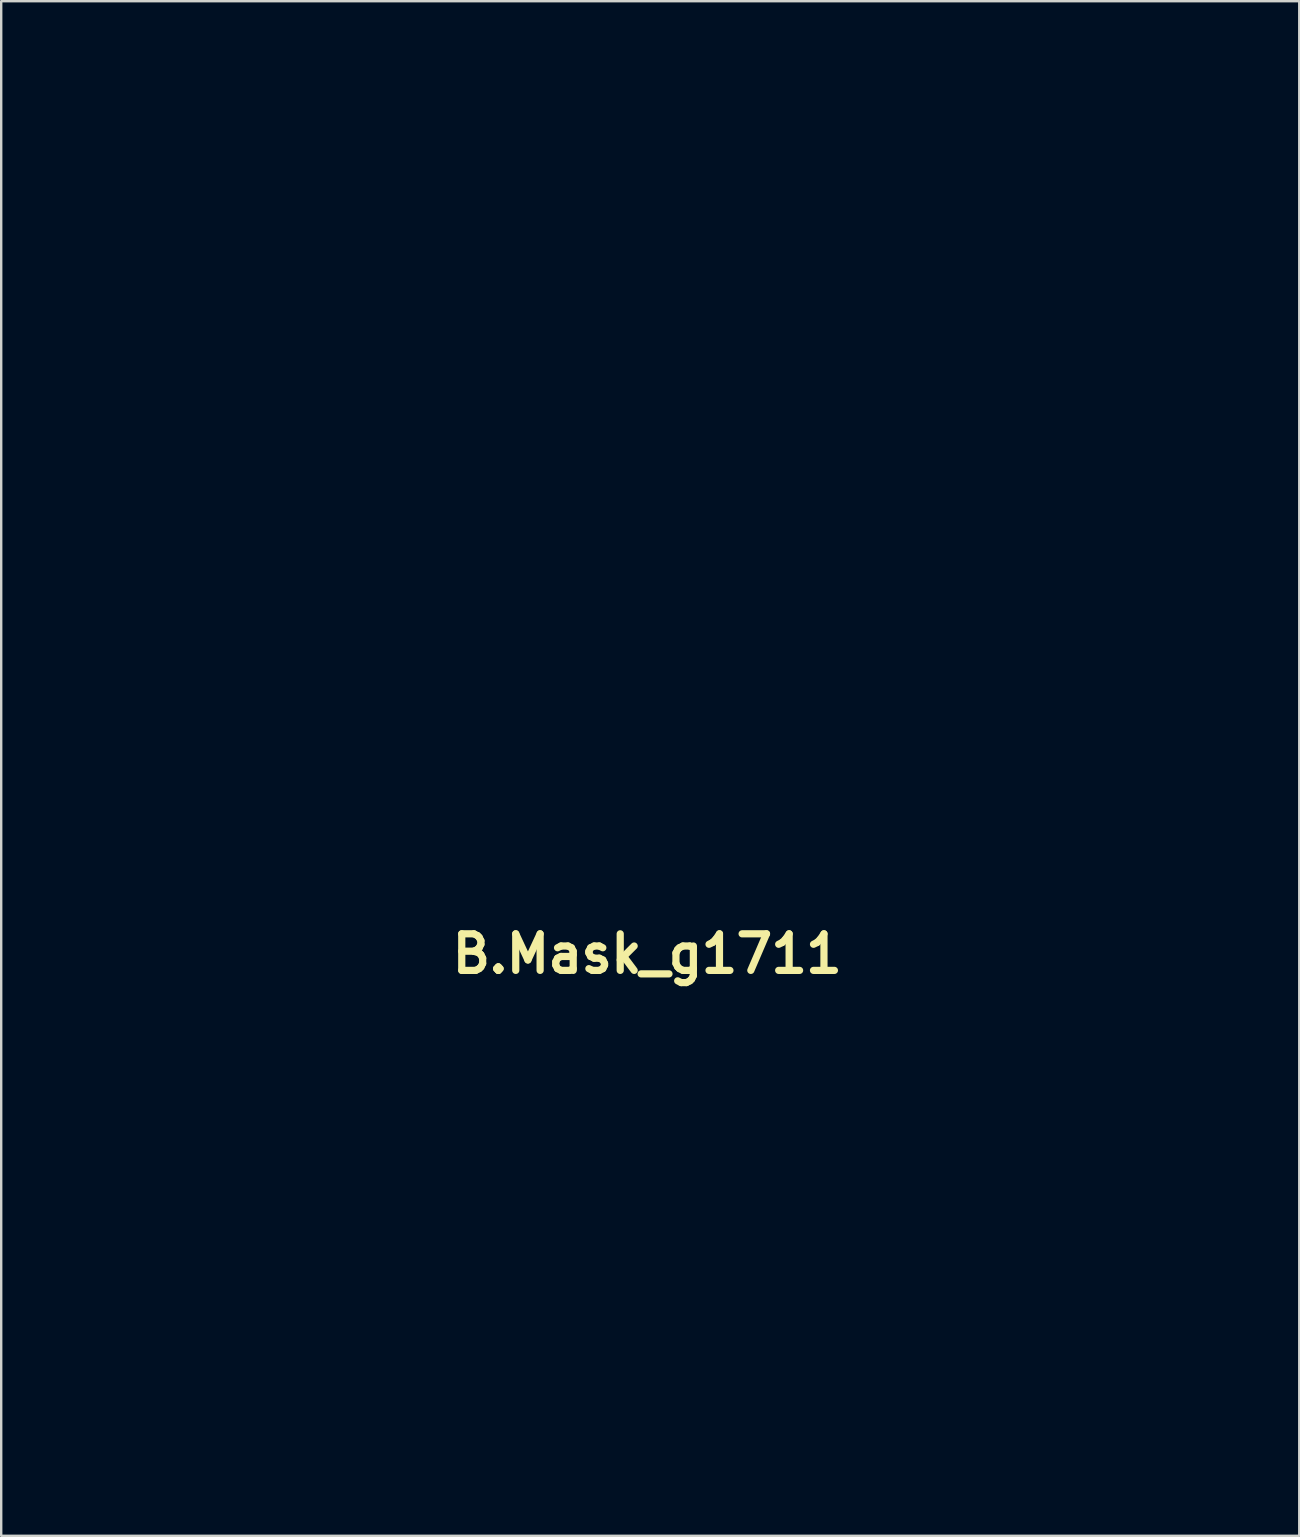
<source format=kicad_pcb>
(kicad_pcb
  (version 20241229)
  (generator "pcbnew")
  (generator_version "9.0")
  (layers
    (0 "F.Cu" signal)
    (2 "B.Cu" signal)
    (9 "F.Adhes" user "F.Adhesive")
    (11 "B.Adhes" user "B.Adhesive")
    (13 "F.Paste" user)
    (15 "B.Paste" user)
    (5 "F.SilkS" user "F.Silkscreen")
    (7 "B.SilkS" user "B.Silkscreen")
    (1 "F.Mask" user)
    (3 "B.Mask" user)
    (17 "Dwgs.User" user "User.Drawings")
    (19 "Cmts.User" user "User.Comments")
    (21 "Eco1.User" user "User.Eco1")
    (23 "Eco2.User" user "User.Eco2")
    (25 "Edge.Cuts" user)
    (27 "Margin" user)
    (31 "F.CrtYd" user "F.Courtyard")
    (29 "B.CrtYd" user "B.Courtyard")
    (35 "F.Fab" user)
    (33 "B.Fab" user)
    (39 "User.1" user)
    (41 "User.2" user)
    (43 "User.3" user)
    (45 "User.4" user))
  (footprint "B.Mask_g1711"
    (layer "F.Cu")
    (at 23.923 36.702)
    (property "Reference" "B.Mask_g1711" (at 0 0 0) (layer "F.SilkS") (effects (font (size 1.524 1.524) (thickness 0.3))))
    (attr through_hole)
    (fp_poly (pts (xy -14.136 -7.948) (xy -14.074 -7.92) (xy -14.038 -7.881) (xy -14.034 -7.859) (xy -14.05 -7.802) (xy -14.097 -7.731) (xy -14.165 -7.657) (xy -14.225 -7.607) (xy -14.33 -7.527) (xy -14.33 -5.758) (xy -14.33 -3.99) (xy -14.163 -3.931) (xy -14.033 -3.877) (xy -13.944 -3.822) (xy -13.897 -3.765) (xy -13.89 -3.704) (xy -13.923 -3.638) (xy -13.957 -3.601) (xy -14.023 -3.551) (xy -14.097 -3.527) (xy -14.19 -3.525) (xy -14.307 -3.547) (xy -14.351 -3.558) (xy -14.472 -3.582) (xy -14.623 -3.601) (xy -14.792 -3.612) (xy -14.968 -3.617) (xy -15.137 -3.615) (xy -15.29 -3.604) (xy -15.409 -3.587) (xy -15.59 -3.557) (xy -15.741 -3.551) (xy -15.866 -3.567) (xy -15.944 -3.593) (xy -16.004 -3.624) (xy -16.034 -3.651) (xy -16.044 -3.687) (xy -16.044 -3.699) (xy -16.026 -3.765) (xy -15.969 -3.826) (xy -15.872 -3.885) (xy -15.736 -3.942) (xy -15.63 -3.976) (xy -15.551 -4.004) (xy -15.484 -4.034) (xy -15.443 -4.062) (xy -15.442 -4.063) (xy -15.418 -4.098) (xy -15.396 -4.149) (xy -15.378 -4.218) (xy -15.362 -4.308) (xy -15.349 -4.42) (xy -15.338 -4.557) (xy -15.329 -4.721) (xy -15.323 -4.916) (xy -15.319 -5.143) (xy -15.316 -5.405) (xy -15.315 -5.705) (xy -15.315 -6.043) (xy -15.315 -6.073) (xy -15.319 -7.099) (xy -15.378 -7.146) (xy -15.448 -7.182) (xy -15.545 -7.205) (xy -15.555 -7.207) (xy -15.695 -7.228) (xy -15.821 -7.255) (xy -15.925 -7.287) (xy -15.997 -7.32) (xy -16.004 -7.325) (xy -16.055 -7.383) (xy -16.068 -7.45) (xy -16.045 -7.515) (xy -16.005 -7.555) (xy -15.928 -7.594) (xy -15.824 -7.628) (xy -15.708 -7.652) (xy -15.595 -7.662) (xy -15.583 -7.662) (xy -15.48 -7.669) (xy -15.344 -7.69) (xy -15.175 -7.725) (xy -14.969 -7.774) (xy -14.727 -7.839) (xy -14.679 -7.852) (xy -14.552 -7.886) (xy -14.434 -7.916) (xy -14.332 -7.939) (xy -14.254 -7.954) (xy -14.213 -7.958) (xy -14.136 -7.948)) (stroke (width 0.01) (type solid)) (fill yes) (layer "B.Mask"))
    (fp_poly (pts (xy -7.174 -13.548) (xy -7.135 -13.532) (xy -7.106 -13.504) (xy -7.102 -13.499) (xy -7.084 -13.451) (xy -7.097 -13.395) (xy -7.142 -13.328) (xy -7.221 -13.246) (xy -7.239 -13.229) (xy -7.365 -13.113) (xy -7.371 -11.348) (xy -7.377 -9.584) (xy -7.212 -9.525) (xy -7.084 -9.472) (xy -6.997 -9.416) (xy -6.95 -9.355) (xy -6.942 -9.289) (xy -6.963 -9.23) (xy -7.022 -9.163) (xy -7.109 -9.126) (xy -7.225 -9.121) (xy -7.366 -9.145) (xy -7.446 -9.162) (xy -7.555 -9.179) (xy -7.681 -9.195) (xy -7.812 -9.208) (xy -7.854 -9.212) (xy -7.982 -9.221) (xy -8.08 -9.226) (xy -8.158 -9.226) (xy -8.228 -9.222) (xy -8.3 -9.212) (xy -8.386 -9.196) (xy -8.414 -9.19) (xy -8.587 -9.16) (xy -8.727 -9.146) (xy -8.84 -9.148) (xy -8.933 -9.166) (xy -8.997 -9.192) (xy -9.053 -9.227) (xy -9.09 -9.262) (xy -9.098 -9.277) (xy -9.089 -9.339) (xy -9.038 -9.401) (xy -8.949 -9.461) (xy -8.822 -9.519) (xy -8.678 -9.567) (xy -8.599 -9.592) (xy -8.534 -9.616) (xy -8.496 -9.634) (xy -8.493 -9.636) (xy -8.466 -9.678) (xy -8.439 -9.755) (xy -8.414 -9.861) (xy -8.394 -9.988) (xy -8.383 -10.075) (xy -8.379 -10.134) (xy -8.376 -10.231) (xy -8.372 -10.361) (xy -8.369 -10.519) (xy -8.366 -10.701) (xy -8.363 -10.902) (xy -8.361 -11.117) (xy -8.359 -11.343) (xy -8.359 -11.481) (xy -8.354 -12.686) (xy -8.413 -12.733) (xy -8.461 -12.76) (xy -8.534 -12.784) (xy -8.638 -12.806) (xy -8.693 -12.815) (xy -8.841 -12.842) (xy -8.952 -12.873) (xy -9.031 -12.909) (xy -9.083 -12.953) (xy -9.1 -12.979) (xy -9.12 -13.026) (xy -9.114 -13.067) (xy -9.103 -13.09) (xy -9.057 -13.145) (xy -8.983 -13.187) (xy -8.878 -13.22) (xy -8.736 -13.242) (xy -8.647 -13.251) (xy -8.553 -13.259) (xy -8.469 -13.269) (xy -8.387 -13.281) (xy -8.302 -13.297) (xy -8.206 -13.318) (xy -8.092 -13.346) (xy -7.954 -13.383) (xy -7.784 -13.429) (xy -7.703 -13.451) (xy -7.536 -13.496) (xy -7.405 -13.528) (xy -7.305 -13.547) (xy -7.229 -13.554) (xy -7.174 -13.548)) (stroke (width 0.01) (type solid)) (fill yes) (layer "B.Mask"))
    (fp_poly (pts (xy -4.775 -13.545) (xy -4.742 -13.529) (xy -4.715 -13.509) (xy -4.685 -13.471) (xy -4.682 -13.429) (xy -4.707 -13.376) (xy -4.764 -13.308) (xy -4.823 -13.249) (xy -4.969 -13.109) (xy -4.977 -11.346) (xy -4.985 -9.583) (xy -4.823 -9.526) (xy -4.706 -9.482) (xy -4.624 -9.442) (xy -4.572 -9.403) (xy -4.544 -9.362) (xy -4.538 -9.345) (xy -4.542 -9.278) (xy -4.579 -9.213) (xy -4.642 -9.158) (xy -4.724 -9.121) (xy -4.741 -9.117) (xy -4.79 -9.116) (xy -4.862 -9.124) (xy -4.921 -9.135) (xy -5.055 -9.164) (xy -5.17 -9.185) (xy -5.282 -9.2) (xy -5.406 -9.211) (xy -5.538 -9.218) (xy -5.667 -9.223) (xy -5.77 -9.223) (xy -5.863 -9.216) (xy -5.959 -9.202) (xy -6.032 -9.188) (xy -6.232 -9.156) (xy -6.397 -9.147) (xy -6.527 -9.16) (xy -6.625 -9.196) (xy -6.668 -9.229) (xy -6.694 -9.265) (xy -6.694 -9.306) (xy -6.686 -9.334) (xy -6.644 -9.397) (xy -6.562 -9.457) (xy -6.44 -9.513) (xy -6.303 -9.56) (xy -6.217 -9.589) (xy -6.144 -9.621) (xy -6.098 -9.649) (xy -6.091 -9.655) (xy -6.069 -9.685) (xy -6.05 -9.722) (xy -6.033 -9.769) (xy -6.019 -9.828) (xy -6.007 -9.903) (xy -5.997 -9.997) (xy -5.989 -10.113) (xy -5.982 -10.253) (xy -5.977 -10.42) (xy -5.973 -10.618) (xy -5.97 -10.85) (xy -5.968 -11.118) (xy -5.967 -11.425) (xy -5.967 -11.428) (xy -5.961 -12.685) (xy -6.015 -12.731) (xy -6.059 -12.758) (xy -6.13 -12.781) (xy -6.233 -12.804) (xy -6.289 -12.813) (xy -6.393 -12.834) (xy -6.492 -12.858) (xy -6.572 -12.883) (xy -6.604 -12.896) (xy -6.663 -12.93) (xy -6.693 -12.963) (xy -6.705 -13.007) (xy -6.706 -13.014) (xy -6.699 -13.084) (xy -6.66 -13.142) (xy -6.588 -13.186) (xy -6.481 -13.22) (xy -6.335 -13.243) (xy -6.254 -13.251) (xy -6.168 -13.259) (xy -6.095 -13.266) (xy -6.027 -13.275) (xy -5.958 -13.286) (xy -5.882 -13.302) (xy -5.793 -13.323) (xy -5.683 -13.351) (xy -5.546 -13.387) (xy -5.376 -13.433) (xy -5.341 -13.442) (xy -5.176 -13.486) (xy -5.047 -13.519) (xy -4.948 -13.54) (xy -4.873 -13.551) (xy -4.817 -13.553) (xy -4.775 -13.545)) (stroke (width 0.01) (type solid)) (fill yes) (layer "B.Mask"))
    (fp_poly (pts (xy 9.234 -13.193) (xy 9.266 -13.175) (xy 9.306 -13.133) (xy 9.312 -13.084) (xy 9.285 -13.023) (xy 9.222 -12.947) (xy 9.186 -12.909) (xy 9.125 -12.852) (xy 9.075 -12.809) (xy 9.043 -12.786) (xy 9.038 -12.785) (xy 9.034 -12.764) (xy 9.03 -12.701) (xy 9.027 -12.598) (xy 9.024 -12.456) (xy 9.022 -12.275) (xy 9.02 -12.057) (xy 9.019 -11.802) (xy 9.018 -11.511) (xy 9.017 -11.185) (xy 9.017 -11.008) (xy 9.017 -9.232) (xy 9.153 -9.187) (xy 9.272 -9.14) (xy 9.368 -9.087) (xy 9.432 -9.034) (xy 9.447 -9.015) (xy 9.46 -8.958) (xy 9.44 -8.898) (xy 9.393 -8.842) (xy 9.327 -8.796) (xy 9.249 -8.769) (xy 9.197 -8.765) (xy 9.133 -8.772) (xy 9.047 -8.789) (xy 8.964 -8.81) (xy 8.879 -8.829) (xy 8.778 -8.844) (xy 8.653 -8.855) (xy 8.494 -8.862) (xy 8.477 -8.863) (xy 8.339 -8.866) (xy 8.23 -8.867) (xy 8.14 -8.863) (xy 8.057 -8.854) (xy 7.968 -8.839) (xy 7.906 -8.827) (xy 7.753 -8.8) (xy 7.63 -8.791) (xy 7.526 -8.798) (xy 7.432 -8.822) (xy 7.4 -8.835) (xy 7.334 -8.872) (xy 7.306 -8.919) (xy 7.311 -8.984) (xy 7.311 -8.985) (xy 7.347 -9.044) (xy 7.425 -9.102) (xy 7.546 -9.159) (xy 7.691 -9.21) (xy 7.785 -9.239) (xy 7.847 -9.262) (xy 7.886 -9.284) (xy 7.91 -9.309) (xy 7.929 -9.344) (xy 7.938 -9.362) (xy 7.956 -9.407) (xy 7.971 -9.456) (xy 7.984 -9.514) (xy 7.995 -9.583) (xy 8.004 -9.667) (xy 8.011 -9.768) (xy 8.017 -9.892) (xy 8.022 -10.039) (xy 8.025 -10.215) (xy 8.028 -10.421) (xy 8.029 -10.662) (xy 8.03 -10.941) (xy 8.031 -11.068) (xy 8.031 -11.344) (xy 8.031 -11.58) (xy 8.03 -11.78) (xy 8.029 -11.945) (xy 8.027 -12.078) (xy 8.024 -12.183) (xy 8.021 -12.261) (xy 8.016 -12.315) (xy 8.011 -12.349) (xy 8.006 -12.363) (xy 7.982 -12.387) (xy 7.942 -12.409) (xy 7.88 -12.429) (xy 7.79 -12.449) (xy 7.665 -12.473) (xy 7.636 -12.478) (xy 7.492 -12.51) (xy 7.384 -12.549) (xy 7.314 -12.595) (xy 7.285 -12.644) (xy 7.283 -12.713) (xy 7.309 -12.769) (xy 7.366 -12.814) (xy 7.456 -12.851) (xy 7.582 -12.879) (xy 7.747 -12.902) (xy 7.761 -12.903) (xy 7.875 -12.917) (xy 7.984 -12.932) (xy 8.095 -12.952) (xy 8.215 -12.978) (xy 8.352 -13.011) (xy 8.512 -13.053) (xy 8.703 -13.105) (xy 8.774 -13.125) (xy 8.921 -13.165) (xy 9.035 -13.19) (xy 9.121 -13.203) (xy 9.185 -13.204) (xy 9.234 -13.193)) (stroke (width 0.01) (type solid)) (fill yes) (layer "B.Mask"))
    (fp_poly (pts (xy -12.023 -7.896) (xy -11.836 -7.827) (xy -11.659 -7.723) (xy -11.496 -7.584) (xy -11.35 -7.414) (xy -11.224 -7.214) (xy -11.188 -7.144) (xy -11.157 -7.076) (xy -11.131 -7.012) (xy -11.11 -6.947) (xy -11.09 -6.871) (xy -11.071 -6.779) (xy -11.051 -6.662) (xy -11.027 -6.515) (xy -11.014 -6.43) (xy -10.99 -6.26) (xy -10.974 -6.109) (xy -10.964 -5.962) (xy -10.958 -5.801) (xy -10.957 -5.673) (xy -10.963 -5.394) (xy -10.982 -5.149) (xy -11.015 -4.927) (xy -11.066 -4.722) (xy -11.133 -4.526) (xy -11.149 -4.487) (xy -11.251 -4.279) (xy -11.378 -4.087) (xy -11.525 -3.916) (xy -11.685 -3.771) (xy -11.854 -3.659) (xy -11.999 -3.594) (xy -12.113 -3.565) (xy -12.249 -3.547) (xy -12.39 -3.542) (xy -12.52 -3.549) (xy -12.61 -3.566) (xy -12.73 -3.607) (xy -12.832 -3.659) (xy -12.929 -3.73) (xy -13.026 -3.821) (xy -13.222 -4.046) (xy -13.384 -4.294) (xy -13.512 -4.567) (xy -13.605 -4.865) (xy -13.665 -5.188) (xy -13.675 -5.276) (xy -13.687 -5.465) (xy -13.688 -5.682) (xy -13.679 -5.914) (xy -13.665 -6.103) (xy -12.669 -6.103) (xy -12.668 -5.844) (xy -12.662 -5.549) (xy -12.659 -5.418) (xy -12.651 -5.168) (xy -12.643 -4.957) (xy -12.635 -4.781) (xy -12.625 -4.637) (xy -12.614 -4.519) (xy -12.601 -4.426) (xy -12.586 -4.352) (xy -12.569 -4.295) (xy -12.552 -4.256) (xy -12.487 -4.159) (xy -12.41 -4.095) (xy -12.327 -4.067) (xy -12.243 -4.077) (xy -12.175 -4.116) (xy -12.113 -4.193) (xy -12.059 -4.309) (xy -12.014 -4.465) (xy -11.977 -4.662) (xy -11.95 -4.9) (xy -11.931 -5.178) (xy -11.92 -5.497) (xy -11.918 -5.789) (xy -11.92 -6.077) (xy -11.926 -6.325) (xy -11.934 -6.538) (xy -11.946 -6.718) (xy -11.962 -6.868) (xy -11.982 -6.991) (xy -12.006 -7.09) (xy -12.011 -7.107) (xy -12.068 -7.251) (xy -12.132 -7.354) (xy -12.204 -7.417) (xy -12.284 -7.438) (xy -12.37 -7.418) (xy -12.374 -7.416) (xy -12.432 -7.38) (xy -12.479 -7.327) (xy -12.52 -7.25) (xy -12.56 -7.141) (xy -12.58 -7.073) (xy -12.607 -6.963) (xy -12.629 -6.836) (xy -12.646 -6.691) (xy -12.659 -6.522) (xy -12.666 -6.328) (xy -12.669 -6.103) (xy -13.665 -6.103) (xy -13.661 -6.152) (xy -13.635 -6.381) (xy -13.602 -6.592) (xy -13.565 -6.763) (xy -13.523 -6.895) (xy -13.463 -7.042) (xy -13.393 -7.191) (xy -13.319 -7.325) (xy -13.261 -7.413) (xy -13.159 -7.526) (xy -13.026 -7.636) (xy -12.872 -7.737) (xy -12.709 -7.823) (xy -12.548 -7.885) (xy -12.416 -7.917) (xy -12.218 -7.927) (xy -12.023 -7.896)) (stroke (width 0.01) (type solid)) (fill yes) (layer "B.Mask"))
    (fp_poly (pts (xy 0.544 -15.932) (xy 0.674 -15.885) (xy 0.85 -15.783) (xy 1.017 -15.645) (xy 1.168 -15.478) (xy 1.295 -15.287) (xy 1.323 -15.237) (xy 1.362 -15.159) (xy 1.395 -15.085) (xy 1.421 -15.009) (xy 1.445 -14.921) (xy 1.468 -14.815) (xy 1.492 -14.683) (xy 1.516 -14.531) (xy 1.537 -14.396) (xy 1.552 -14.279) (xy 1.562 -14.168) (xy 1.569 -14.052) (xy 1.573 -13.919) (xy 1.575 -13.759) (xy 1.575 -13.705) (xy 1.574 -13.508) (xy 1.569 -13.343) (xy 1.559 -13.202) (xy 1.543 -13.074) (xy 1.52 -12.95) (xy 1.488 -12.821) (xy 1.459 -12.717) (xy 1.377 -12.496) (xy 1.266 -12.285) (xy 1.131 -12.091) (xy 0.978 -11.92) (xy 0.811 -11.779) (xy 0.661 -11.687) (xy 0.504 -11.625) (xy 0.327 -11.589) (xy 0.146 -11.58) (xy -0.026 -11.598) (xy -0.109 -11.619) (xy -0.201 -11.652) (xy -0.28 -11.692) (xy -0.356 -11.744) (xy -0.437 -11.816) (xy -0.534 -11.915) (xy -0.543 -11.925) (xy -0.732 -12.155) (xy -0.885 -12.406) (xy -0.985 -12.631) (xy -1.032 -12.762) (xy -1.067 -12.882) (xy -1.094 -13) (xy -1.112 -13.127) (xy -1.125 -13.273) (xy -1.134 -13.445) (xy -1.137 -13.55) (xy -1.138 -13.901) (xy -1.128 -14.108) (xy -0.115 -14.108) (xy -0.115 -13.883) (xy -0.115 -13.832) (xy -0.114 -13.547) (xy -0.112 -13.3) (xy -0.108 -13.09) (xy -0.103 -12.911) (xy -0.096 -12.761) (xy -0.088 -12.637) (xy -0.077 -12.536) (xy -0.063 -12.453) (xy -0.047 -12.385) (xy -0.028 -12.33) (xy -0.014 -12.298) (xy 0.049 -12.207) (xy 0.125 -12.144) (xy 0.21 -12.112) (xy 0.293 -12.114) (xy 0.365 -12.149) (xy 0.418 -12.206) (xy 0.464 -12.289) (xy 0.504 -12.4) (xy 0.537 -12.54) (xy 0.563 -12.712) (xy 0.584 -12.916) (xy 0.598 -13.156) (xy 0.607 -13.432) (xy 0.61 -13.747) (xy 0.609 -14.101) (xy 0.608 -14.119) (xy 0.606 -14.325) (xy 0.603 -14.494) (xy 0.6 -14.629) (xy 0.597 -14.738) (xy 0.593 -14.823) (xy 0.587 -14.89) (xy 0.581 -14.944) (xy 0.572 -14.99) (xy 0.562 -15.032) (xy 0.551 -15.071) (xy 0.5 -15.222) (xy 0.448 -15.334) (xy 0.392 -15.411) (xy 0.331 -15.456) (xy 0.261 -15.473) (xy 0.25 -15.473) (xy 0.158 -15.453) (xy 0.08 -15.394) (xy 0.017 -15.297) (xy -0.023 -15.187) (xy -0.044 -15.109) (xy -0.062 -15.041) (xy -0.077 -14.979) (xy -0.088 -14.917) (xy -0.098 -14.851) (xy -0.104 -14.776) (xy -0.109 -14.688) (xy -0.112 -14.582) (xy -0.114 -14.453) (xy -0.115 -14.296) (xy -0.115 -14.108) (xy -1.128 -14.108) (xy -1.122 -14.218) (xy -1.089 -14.502) (xy -1.036 -14.759) (xy -0.965 -14.99) (xy -0.874 -15.2) (xy -0.826 -15.29) (xy -0.704 -15.466) (xy -0.558 -15.62) (xy -0.393 -15.747) (xy -0.213 -15.848) (xy -0.025 -15.918) (xy 0.168 -15.957) (xy 0.359 -15.963) (xy 0.544 -15.932)) (stroke (width 0.01) (type solid)) (fill yes) (layer "B.Mask"))
    (fp_poly (pts (xy -17.005 0.096) (xy -16.824 0.132) (xy -16.661 0.197) (xy -16.508 0.295) (xy -16.355 0.428) (xy -16.348 0.436) (xy -16.273 0.512) (xy -16.216 0.578) (xy -16.168 0.644) (xy -16.122 0.722) (xy -16.069 0.824) (xy -16.047 0.87) (xy -15.94 1.113) (xy -15.858 1.354) (xy -15.8 1.604) (xy -15.763 1.87) (xy -15.745 2.162) (xy -15.743 2.286) (xy -15.746 2.488) (xy -15.757 2.66) (xy -15.777 2.812) (xy -15.81 2.955) (xy -15.855 3.101) (xy -15.859 3.111) (xy -15.971 3.392) (xy -16.101 3.645) (xy -16.246 3.869) (xy -16.404 4.06) (xy -16.574 4.217) (xy -16.753 4.337) (xy -16.94 4.417) (xy -16.948 4.419) (xy -17.058 4.449) (xy -17.165 4.467) (xy -17.278 4.473) (xy -17.413 4.47) (xy -17.519 4.463) (xy -17.69 4.442) (xy -17.831 4.407) (xy -17.953 4.352) (xy -18.063 4.272) (xy -18.17 4.162) (xy -18.273 4.033) (xy -18.388 3.863) (xy -18.48 3.699) (xy -18.546 3.545) (xy -18.584 3.406) (xy -18.593 3.286) (xy -18.586 3.237) (xy -18.553 3.134) (xy -18.513 3.065) (xy -18.473 3.036) (xy -18.449 3.03) (xy -18.428 3.034) (xy -18.407 3.055) (xy -18.381 3.097) (xy -18.345 3.166) (xy -18.3 3.26) (xy -18.255 3.352) (xy -18.213 3.439) (xy -18.18 3.507) (xy -18.166 3.535) (xy -18.106 3.611) (xy -18.018 3.66) (xy -17.908 3.68) (xy -17.78 3.672) (xy -17.64 3.635) (xy -17.555 3.6) (xy -17.46 3.553) (xy -17.394 3.512) (xy -17.346 3.466) (xy -17.305 3.406) (xy -17.27 3.34) (xy -17.2 3.177) (xy -17.138 2.982) (xy -17.086 2.767) (xy -17.046 2.542) (xy -17.021 2.317) (xy -17.012 2.103) (xy -17.012 2.095) (xy -17.021 1.884) (xy -17.045 1.682) (xy -17.084 1.495) (xy -17.136 1.326) (xy -17.197 1.177) (xy -17.268 1.052) (xy -17.346 0.955) (xy -17.429 0.888) (xy -17.516 0.855) (xy -17.604 0.859) (xy -17.651 0.878) (xy -17.714 0.929) (xy -17.774 1.011) (xy -17.827 1.112) (xy -17.867 1.223) (xy -17.889 1.331) (xy -17.891 1.368) (xy -17.88 1.452) (xy -17.849 1.547) (xy -17.802 1.645) (xy -17.744 1.739) (xy -17.682 1.818) (xy -17.621 1.876) (xy -17.564 1.904) (xy -17.552 1.905) (xy -17.507 1.892) (xy -17.443 1.859) (xy -17.384 1.819) (xy -17.304 1.764) (xy -17.248 1.742) (xy -17.212 1.754) (xy -17.193 1.803) (xy -17.187 1.89) (xy -17.187 1.902) (xy -17.206 2.057) (xy -17.259 2.189) (xy -17.346 2.297) (xy -17.464 2.379) (xy -17.612 2.432) (xy -17.692 2.446) (xy -17.808 2.452) (xy -17.909 2.431) (xy -18.006 2.382) (xy -18.108 2.299) (xy -18.141 2.266) (xy -18.266 2.116) (xy -18.372 1.937) (xy -18.455 1.742) (xy -18.491 1.617) (xy -18.513 1.458) (xy -18.512 1.278) (xy -18.491 1.088) (xy -18.45 0.902) (xy -18.392 0.732) (xy -18.369 0.682) (xy -18.263 0.511) (xy -18.126 0.368) (xy -17.959 0.253) (xy -17.764 0.167) (xy -17.542 0.111) (xy -17.295 0.086) (xy -17.214 0.085) (xy -17.005 0.096)) (stroke (width 0.01) (type solid)) (fill yes) (layer "B.Mask"))
    (fp_poly (pts (xy 0.441 16.875) (xy 0.615 16.886) (xy 0.756 16.905) (xy 0.872 16.936) (xy 0.972 16.981) (xy 1.063 17.043) (xy 1.139 17.11) (xy 1.21 17.186) (xy 1.291 17.283) (xy 1.368 17.386) (xy 1.407 17.441) (xy 1.507 17.605) (xy 1.58 17.745) (xy 1.625 17.868) (xy 1.646 17.981) (xy 1.644 18.088) (xy 1.642 18.108) (xy 1.623 18.173) (xy 1.59 18.24) (xy 1.552 18.295) (xy 1.515 18.327) (xy 1.501 18.33) (xy 1.466 18.314) (xy 1.426 18.264) (xy 1.379 18.177) (xy 1.324 18.052) (xy 1.315 18.03) (xy 1.262 17.908) (xy 1.211 17.813) (xy 1.167 17.751) (xy 1.162 17.746) (xy 1.128 17.716) (xy 1.095 17.698) (xy 1.052 17.689) (xy 0.986 17.685) (xy 0.914 17.685) (xy 0.817 17.686) (xy 0.747 17.694) (xy 0.685 17.711) (xy 0.616 17.741) (xy 0.587 17.755) (xy 0.49 17.812) (xy 0.412 17.88) (xy 0.348 17.969) (xy 0.29 18.086) (xy 0.254 18.178) (xy 0.154 18.511) (xy 0.092 18.859) (xy 0.068 19.176) (xy 0.065 19.361) (xy 0.071 19.516) (xy 0.086 19.652) (xy 0.112 19.782) (xy 0.151 19.916) (xy 0.169 19.971) (xy 0.231 20.136) (xy 0.291 20.263) (xy 0.354 20.359) (xy 0.423 20.427) (xy 0.5 20.472) (xy 0.518 20.48) (xy 0.578 20.5) (xy 0.619 20.504) (xy 0.662 20.49) (xy 0.692 20.476) (xy 0.766 20.419) (xy 0.833 20.331) (xy 0.888 20.224) (xy 0.926 20.107) (xy 0.944 19.993) (xy 0.936 19.892) (xy 0.935 19.885) (xy 0.902 19.797) (xy 0.852 19.703) (xy 0.793 19.612) (xy 0.729 19.532) (xy 0.668 19.471) (xy 0.614 19.436) (xy 0.592 19.431) (xy 0.568 19.443) (xy 0.521 19.474) (xy 0.458 19.518) (xy 0.446 19.527) (xy 0.376 19.576) (xy 0.33 19.601) (xy 0.297 19.607) (xy 0.275 19.6) (xy 0.248 19.576) (xy 0.236 19.534) (xy 0.233 19.47) (xy 0.244 19.337) (xy 0.28 19.227) (xy 0.348 19.127) (xy 0.393 19.078) (xy 0.518 18.98) (xy 0.659 18.921) (xy 0.81 18.902) (xy 0.966 18.923) (xy 0.982 18.927) (xy 1.079 18.975) (xy 1.178 19.058) (xy 1.276 19.17) (xy 1.367 19.305) (xy 1.447 19.458) (xy 1.512 19.621) (xy 1.525 19.662) (xy 1.547 19.739) (xy 1.559 19.807) (xy 1.565 19.88) (xy 1.564 19.971) (xy 1.56 20.053) (xy 1.551 20.165) (xy 1.539 20.276) (xy 1.524 20.371) (xy 1.514 20.415) (xy 1.44 20.624) (xy 1.334 20.805) (xy 1.198 20.956) (xy 1.032 21.078) (xy 0.839 21.167) (xy 0.652 21.219) (xy 0.533 21.236) (xy 0.395 21.246) (xy 0.251 21.249) (xy 0.112 21.244) (xy -0.007 21.233) (xy -0.079 21.219) (xy -0.28 21.143) (xy -0.464 21.029) (xy -0.631 20.879) (xy -0.779 20.693) (xy -0.908 20.473) (xy -1.017 20.22) (xy -1.105 19.936) (xy -1.156 19.702) (xy -1.172 19.588) (xy -1.186 19.446) (xy -1.195 19.285) (xy -1.201 19.118) (xy -1.203 18.955) (xy -1.201 18.806) (xy -1.193 18.683) (xy -1.187 18.63) (xy -1.139 18.399) (xy -1.062 18.163) (xy -0.962 17.93) (xy -0.842 17.705) (xy -0.706 17.496) (xy -0.557 17.31) (xy -0.401 17.153) (xy -0.255 17.041) (xy -0.128 16.968) (xy -0.006 16.917) (xy 0.124 16.887) (xy 0.272 16.874) (xy 0.441 16.875)) (stroke (width 0.01) (type solid)) (fill yes) (layer "B.Mask"))
    (fp_poly (pts (xy 14.744 -8.223) (xy 14.958 -8.172) (xy 15.161 -8.083) (xy 15.35 -7.954) (xy 15.525 -7.788) (xy 15.685 -7.585) (xy 15.829 -7.346) (xy 15.955 -7.07) (xy 15.96 -7.058) (xy 16.04 -6.826) (xy 16.099 -6.587) (xy 16.135 -6.358) (xy 16.14 -6.294) (xy 16.144 -6.175) (xy 16.143 -6.033) (xy 16.136 -5.878) (xy 16.125 -5.724) (xy 16.112 -5.581) (xy 16.095 -5.461) (xy 16.084 -5.402) (xy 16.058 -5.291) (xy 16.133 -5.212) (xy 16.238 -5.084) (xy 16.332 -4.939) (xy 16.413 -4.782) (xy 16.478 -4.62) (xy 16.527 -4.459) (xy 16.556 -4.304) (xy 16.566 -4.163) (xy 16.553 -4.042) (xy 16.515 -3.946) (xy 16.505 -3.931) (xy 16.454 -3.892) (xy 16.382 -3.871) (xy 16.311 -3.874) (xy 16.298 -3.878) (xy 16.259 -3.896) (xy 16.22 -3.924) (xy 16.179 -3.967) (xy 16.129 -4.03) (xy 16.068 -4.119) (xy 15.989 -4.238) (xy 15.977 -4.257) (xy 15.915 -4.351) (xy 15.862 -4.431) (xy 15.821 -4.491) (xy 15.796 -4.525) (xy 15.79 -4.53) (xy 15.774 -4.513) (xy 15.744 -4.472) (xy 15.722 -4.438) (xy 15.655 -4.35) (xy 15.565 -4.253) (xy 15.464 -4.16) (xy 15.363 -4.082) (xy 15.285 -4.034) (xy 15.169 -3.982) (xy 15.046 -3.944) (xy 14.909 -3.917) (xy 14.747 -3.9) (xy 14.554 -3.891) (xy 14.515 -3.89) (xy 14.379 -3.889) (xy 14.277 -3.889) (xy 14.201 -3.893) (xy 14.141 -3.901) (xy 14.09 -3.913) (xy 14.056 -3.924) (xy 13.921 -3.993) (xy 13.81 -4.096) (xy 13.722 -4.232) (xy 13.658 -4.401) (xy 13.62 -4.6) (xy 13.61 -4.769) (xy 14.21 -4.769) (xy 14.213 -4.681) (xy 14.239 -4.589) (xy 14.267 -4.534) (xy 14.304 -4.487) (xy 14.348 -4.468) (xy 14.383 -4.466) (xy 14.432 -4.472) (xy 14.478 -4.494) (xy 14.532 -4.54) (xy 14.559 -4.567) (xy 14.617 -4.632) (xy 14.683 -4.718) (xy 14.748 -4.812) (xy 14.771 -4.847) (xy 14.882 -5.027) (xy 14.788 -5.033) (xy 14.684 -5.03) (xy 14.57 -5.009) (xy 14.456 -4.974) (xy 14.354 -4.929) (xy 14.274 -4.879) (xy 14.232 -4.836) (xy 14.21 -4.769) (xy 13.61 -4.769) (xy 13.608 -4.798) (xy 13.609 -4.891) (xy 13.615 -4.956) (xy 13.63 -5.008) (xy 13.657 -5.061) (xy 13.663 -5.072) (xy 13.733 -5.17) (xy 13.831 -5.279) (xy 13.946 -5.39) (xy 14.071 -5.495) (xy 14.194 -5.585) (xy 14.297 -5.646) (xy 14.355 -5.672) (xy 14.414 -5.69) (xy 14.483 -5.7) (xy 14.569 -5.702) (xy 14.682 -5.698) (xy 14.827 -5.688) (xy 14.831 -5.688) (xy 15.046 -5.671) (xy 15.061 -5.792) (xy 15.066 -5.909) (xy 15.057 -6.054) (xy 15.036 -6.213) (xy 15.004 -6.375) (xy 14.975 -6.488) (xy 14.932 -6.613) (xy 14.876 -6.749) (xy 14.811 -6.886) (xy 14.742 -7.015) (xy 14.674 -7.124) (xy 14.613 -7.204) (xy 14.605 -7.213) (xy 14.494 -7.305) (xy 14.364 -7.377) (xy 14.225 -7.425) (xy 14.089 -7.444) (xy 14.006 -7.439) (xy 13.936 -7.419) (xy 13.877 -7.382) (xy 13.825 -7.322) (xy 13.774 -7.233) (xy 13.719 -7.109) (xy 13.716 -7.1) (xy 13.665 -6.979) (xy 13.625 -6.893) (xy 13.592 -6.838) (xy 13.564 -6.81) (xy 13.535 -6.804) (xy 13.509 -6.813) (xy 13.449 -6.868) (xy 13.409 -6.954) (xy 13.392 -7.062) (xy 13.399 -7.187) (xy 13.4 -7.193) (xy 13.436 -7.327) (xy 13.501 -7.479) (xy 13.592 -7.639) (xy 13.688 -7.779) (xy 13.798 -7.917) (xy 13.901 -8.022) (xy 14.005 -8.099) (xy 14.117 -8.155) (xy 14.246 -8.195) (xy 14.284 -8.203) (xy 14.519 -8.233) (xy 14.744 -8.223)) (stroke (width 0.01) (type solid)) (fill yes) (layer "B.Mask"))
    (fp_poly (pts (xy 17.859 1.143) (xy 18.055 1.168) (xy 18.225 1.215) (xy 18.377 1.285) (xy 18.518 1.381) (xy 18.639 1.49) (xy 18.782 1.661) (xy 18.887 1.848) (xy 18.953 2.052) (xy 18.982 2.274) (xy 18.981 2.416) (xy 18.973 2.517) (xy 18.958 2.596) (xy 18.933 2.672) (xy 18.89 2.764) (xy 18.889 2.766) (xy 18.805 2.905) (xy 18.692 3.046) (xy 18.561 3.176) (xy 18.425 3.284) (xy 18.357 3.327) (xy 18.224 3.401) (xy 18.332 3.47) (xy 18.466 3.582) (xy 18.581 3.725) (xy 18.671 3.895) (xy 18.735 4.084) (xy 18.769 4.286) (xy 18.774 4.395) (xy 18.754 4.58) (xy 18.696 4.758) (xy 18.602 4.926) (xy 18.476 5.081) (xy 18.321 5.218) (xy 18.142 5.334) (xy 17.942 5.425) (xy 17.723 5.489) (xy 17.712 5.491) (xy 17.573 5.511) (xy 17.414 5.521) (xy 17.251 5.52) (xy 17.101 5.509) (xy 17.005 5.493) (xy 16.874 5.454) (xy 16.749 5.398) (xy 16.634 5.329) (xy 16.531 5.251) (xy 16.445 5.168) (xy 16.38 5.083) (xy 16.337 5) (xy 16.321 4.924) (xy 16.335 4.859) (xy 16.383 4.807) (xy 16.401 4.796) (xy 16.451 4.779) (xy 16.485 4.778) (xy 16.509 4.8) (xy 16.547 4.848) (xy 16.591 4.913) (xy 16.597 4.922) (xy 16.65 5) (xy 16.696 5.048) (xy 16.743 5.076) (xy 16.76 5.082) (xy 16.864 5.103) (xy 16.988 5.106) (xy 17.119 5.093) (xy 17.244 5.067) (xy 17.349 5.028) (xy 17.408 4.993) (xy 17.485 4.911) (xy 17.554 4.797) (xy 17.611 4.662) (xy 17.652 4.515) (xy 17.672 4.367) (xy 17.674 4.313) (xy 17.662 4.139) (xy 17.625 3.992) (xy 17.557 3.864) (xy 17.455 3.748) (xy 17.316 3.636) (xy 17.302 3.627) (xy 17.217 3.572) (xy 17.138 3.525) (xy 17.075 3.494) (xy 17.047 3.483) (xy 16.966 3.453) (xy 16.868 3.398) (xy 16.763 3.324) (xy 16.66 3.24) (xy 16.569 3.152) (xy 16.499 3.069) (xy 16.485 3.049) (xy 16.438 2.952) (xy 16.429 2.871) (xy 16.46 2.805) (xy 16.524 2.755) (xy 16.564 2.74) (xy 16.598 2.746) (xy 16.636 2.776) (xy 16.682 2.835) (xy 16.719 2.89) (xy 16.767 2.958) (xy 16.81 3.013) (xy 16.841 3.044) (xy 16.845 3.045) (xy 16.929 3.072) (xy 17.04 3.082) (xy 17.166 3.077) (xy 17.297 3.057) (xy 17.421 3.024) (xy 17.504 2.99) (xy 17.567 2.955) (xy 17.613 2.917) (xy 17.652 2.866) (xy 17.696 2.789) (xy 17.699 2.784) (xy 17.781 2.597) (xy 17.829 2.406) (xy 17.843 2.219) (xy 17.822 2.041) (xy 17.773 1.894) (xy 17.691 1.752) (xy 17.596 1.648) (xy 17.488 1.585) (xy 17.367 1.561) (xy 17.363 1.561) (xy 17.268 1.575) (xy 17.186 1.623) (xy 17.112 1.709) (xy 17.108 1.714) (xy 17.067 1.797) (xy 17.063 1.872) (xy 17.098 1.943) (xy 17.173 2.016) (xy 17.222 2.051) (xy 17.294 2.094) (xy 17.353 2.112) (xy 17.415 2.108) (xy 17.495 2.081) (xy 17.518 2.071) (xy 17.604 2.043) (xy 17.66 2.042) (xy 17.689 2.069) (xy 17.695 2.106) (xy 17.675 2.198) (xy 17.617 2.279) (xy 17.524 2.345) (xy 17.399 2.394) (xy 17.313 2.415) (xy 17.136 2.427) (xy 16.97 2.4) (xy 16.818 2.333) (xy 16.684 2.228) (xy 16.6 2.13) (xy 16.56 2.074) (xy 16.537 2.028) (xy 16.525 1.98) (xy 16.521 1.913) (xy 16.521 1.853) (xy 16.524 1.756) (xy 16.534 1.685) (xy 16.555 1.623) (xy 16.579 1.574) (xy 16.669 1.442) (xy 16.791 1.335) (xy 16.945 1.251) (xy 17.132 1.19) (xy 17.353 1.152) (xy 17.61 1.137) (xy 17.632 1.137) (xy 17.859 1.143)) (stroke (width 0.01) (type solid)) (fill yes) (layer "B.Mask"))
    (fp_poly (pts (xy 8.365 15.484) (xy 8.485 15.488) (xy 8.578 15.494) (xy 8.583 15.495) (xy 8.836 15.539) (xy 9.057 15.611) (xy 9.246 15.71) (xy 9.403 15.838) (xy 9.487 15.934) (xy 9.58 16.085) (xy 9.635 16.238) (xy 9.656 16.39) (xy 9.642 16.536) (xy 9.597 16.67) (xy 9.523 16.789) (xy 9.419 16.888) (xy 9.29 16.962) (xy 9.136 17.005) (xy 9.08 17.012) (xy 8.963 17.011) (xy 8.839 16.988) (xy 8.721 16.948) (xy 8.624 16.897) (xy 8.583 16.863) (xy 8.52 16.774) (xy 8.495 16.677) (xy 8.507 16.578) (xy 8.554 16.485) (xy 8.634 16.404) (xy 8.704 16.36) (xy 8.796 16.328) (xy 8.889 16.323) (xy 8.975 16.339) (xy 9.048 16.375) (xy 9.099 16.427) (xy 9.12 16.492) (xy 9.115 16.536) (xy 9.115 16.568) (xy 9.134 16.568) (xy 9.17 16.536) (xy 9.185 16.518) (xy 9.224 16.439) (xy 9.226 16.355) (xy 9.194 16.278) (xy 9.17 16.252) (xy 9.09 16.189) (xy 8.995 16.14) (xy 8.88 16.103) (xy 8.738 16.077) (xy 8.564 16.059) (xy 8.391 16.051) (xy 8.05 16.039) (xy 8.025 16.417) (xy 8.016 16.55) (xy 8.007 16.676) (xy 7.998 16.788) (xy 7.991 16.874) (xy 7.987 16.916) (xy 7.975 17.036) (xy 8.057 17.049) (xy 8.115 17.062) (xy 8.199 17.084) (xy 8.292 17.11) (xy 8.317 17.118) (xy 8.531 17.206) (xy 8.722 17.328) (xy 8.887 17.479) (xy 9.024 17.658) (xy 9.131 17.86) (xy 9.204 18.083) (xy 9.242 18.322) (xy 9.244 18.362) (xy 9.244 18.549) (xy 9.219 18.713) (xy 9.168 18.865) (xy 9.113 18.975) (xy 8.965 19.198) (xy 8.792 19.387) (xy 8.593 19.543) (xy 8.369 19.664) (xy 8.12 19.752) (xy 7.847 19.805) (xy 7.631 19.822) (xy 7.516 19.824) (xy 7.403 19.822) (xy 7.306 19.817) (xy 7.25 19.811) (xy 7.03 19.763) (xy 6.838 19.693) (xy 6.667 19.595) (xy 6.51 19.469) (xy 6.41 19.366) (xy 6.335 19.262) (xy 6.288 19.165) (xy 6.272 19.079) (xy 6.276 19.051) (xy 6.301 18.996) (xy 6.345 18.944) (xy 6.395 18.909) (xy 6.423 18.902) (xy 6.459 18.92) (xy 6.51 18.971) (xy 6.573 19.05) (xy 6.633 19.138) (xy 6.686 19.21) (xy 6.74 19.26) (xy 6.804 19.292) (xy 6.887 19.308) (xy 7 19.314) (xy 7.048 19.314) (xy 7.215 19.306) (xy 7.349 19.283) (xy 7.458 19.241) (xy 7.552 19.18) (xy 7.596 19.139) (xy 7.686 19.029) (xy 7.77 18.892) (xy 7.839 18.744) (xy 7.884 18.603) (xy 7.898 18.528) (xy 7.908 18.441) (xy 7.914 18.354) (xy 7.916 18.275) (xy 7.913 18.215) (xy 7.904 18.184) (xy 7.9 18.182) (xy 7.874 18.186) (xy 7.816 18.198) (xy 7.737 18.215) (xy 7.679 18.228) (xy 7.474 18.273) (xy 7.33 18.226) (xy 7.245 18.194) (xy 7.166 18.156) (xy 7.115 18.125) (xy 7.083 18.099) (xy 7.055 18.073) (xy 7.032 18.042) (xy 7.013 18.003) (xy 6.997 17.952) (xy 6.983 17.885) (xy 6.971 17.798) (xy 6.959 17.688) (xy 6.948 17.55) (xy 6.937 17.381) (xy 6.925 17.177) (xy 6.912 16.964) (xy 6.897 16.704) (xy 6.883 16.483) (xy 6.869 16.297) (xy 6.855 16.142) (xy 6.841 16.015) (xy 6.826 15.912) (xy 6.809 15.829) (xy 6.791 15.762) (xy 6.77 15.708) (xy 6.747 15.664) (xy 6.74 15.653) (xy 6.718 15.612) (xy 6.715 15.588) (xy 6.715 15.587) (xy 6.748 15.574) (xy 6.818 15.561) (xy 6.92 15.548) (xy 7.048 15.536) (xy 7.196 15.524) (xy 7.36 15.514) (xy 7.534 15.504) (xy 7.712 15.496) (xy 7.89 15.49) (xy 8.062 15.486) (xy 8.222 15.484) (xy 8.365 15.484)) (stroke (width 0.01) (type solid)) (fill yes) (layer "B.Mask"))
    (fp_poly (pts (xy -9.745 14.261) (xy -9.589 14.282) (xy -9.461 14.301) (xy -9.356 14.319) (xy -9.225 14.342) (xy -9.072 14.372) (xy -8.902 14.405) (xy -8.72 14.442) (xy -8.531 14.481) (xy -8.339 14.521) (xy -8.149 14.562) (xy -7.965 14.601) (xy -7.793 14.639) (xy -7.636 14.675) (xy -7.5 14.706) (xy -7.39 14.733) (xy -7.309 14.755) (xy -7.262 14.769) (xy -7.253 14.774) (xy -7.257 14.797) (xy -7.282 14.847) (xy -7.322 14.917) (xy -7.374 14.999) (xy -7.428 15.084) (xy -7.476 15.169) (xy -7.523 15.263) (xy -7.573 15.374) (xy -7.629 15.511) (xy -7.684 15.65) (xy -7.733 15.778) (xy -7.776 15.891) (xy -7.811 15.985) (xy -7.835 16.054) (xy -7.848 16.092) (xy -7.848 16.097) (xy -7.826 16.103) (xy -7.771 16.113) (xy -7.692 16.127) (xy -7.62 16.139) (xy -7.527 16.155) (xy -7.45 16.169) (xy -7.398 16.18) (xy -7.382 16.185) (xy -7.367 16.217) (xy -7.37 16.274) (xy -7.389 16.345) (xy -7.415 16.405) (xy -7.484 16.496) (xy -7.558 16.548) (xy -7.608 16.572) (xy -7.656 16.586) (xy -7.714 16.592) (xy -7.796 16.593) (xy -7.849 16.591) (xy -8.046 16.584) (xy -8.3 17.24) (xy -8.362 17.403) (xy -8.42 17.557) (xy -8.472 17.697) (xy -8.515 17.819) (xy -8.549 17.915) (xy -8.57 17.981) (xy -8.575 18.003) (xy -8.585 18.118) (xy -8.564 18.229) (xy -8.507 18.347) (xy -8.479 18.391) (xy -8.443 18.449) (xy -8.422 18.492) (xy -8.42 18.509) (xy -8.443 18.512) (xy -8.503 18.514) (xy -8.593 18.516) (xy -8.71 18.518) (xy -8.847 18.519) (xy -8.999 18.52) (xy -9.161 18.521) (xy -9.327 18.521) (xy -9.491 18.52) (xy -9.649 18.519) (xy -9.795 18.518) (xy -9.924 18.517) (xy -10.03 18.515) (xy -10.108 18.512) (xy -10.152 18.509) (xy -10.16 18.508) (xy -10.147 18.487) (xy -10.112 18.442) (xy -10.061 18.378) (xy -10.013 18.321) (xy -9.932 18.223) (xy -9.86 18.129) (xy -9.795 18.033) (xy -9.733 17.931) (xy -9.672 17.816) (xy -9.608 17.682) (xy -9.538 17.525) (xy -9.46 17.339) (xy -9.378 17.137) (xy -9.316 16.981) (xy -9.26 16.839) (xy -9.211 16.713) (xy -9.171 16.61) (xy -9.143 16.534) (xy -9.128 16.489) (xy -9.126 16.479) (xy -9.147 16.483) (xy -9.2 16.5) (xy -9.276 16.526) (xy -9.356 16.556) (xy -9.488 16.606) (xy -9.589 16.639) (xy -9.665 16.657) (xy -9.723 16.662) (xy -9.771 16.656) (xy -9.785 16.652) (xy -9.842 16.615) (xy -9.884 16.546) (xy -9.913 16.441) (xy -9.924 16.352) (xy -9.932 16.252) (xy -9.929 16.174) (xy -9.911 16.115) (xy -9.873 16.072) (xy -9.812 16.043) (xy -9.723 16.023) (xy -9.601 16.01) (xy -9.441 16.001) (xy -9.422 16) (xy -9.298 15.994) (xy -9.183 15.989) (xy -9.087 15.985) (xy -9.018 15.983) (xy -8.993 15.982) (xy -8.944 15.977) (xy -8.915 15.958) (xy -8.892 15.913) (xy -8.883 15.891) (xy -8.84 15.761) (xy -8.817 15.661) (xy -8.815 15.583) (xy -8.828 15.531) (xy -8.865 15.47) (xy -8.929 15.393) (xy -9.011 15.309) (xy -9.102 15.226) (xy -9.195 15.151) (xy -9.28 15.093) (xy -9.314 15.074) (xy -9.452 15.023) (xy -9.587 15.006) (xy -9.712 15.024) (xy -9.743 15.036) (xy -9.828 15.09) (xy -9.915 15.179) (xy -9.999 15.296) (xy -10.075 15.433) (xy -10.137 15.584) (xy -10.147 15.613) (xy -10.175 15.682) (xy -10.206 15.738) (xy -10.222 15.757) (xy -10.248 15.777) (xy -10.265 15.771) (xy -10.283 15.733) (xy -10.29 15.712) (xy -10.309 15.627) (xy -10.318 15.51) (xy -10.32 15.367) (xy -10.313 15.209) (xy -10.3 15.044) (xy -10.28 14.879) (xy -10.254 14.723) (xy -10.223 14.585) (xy -10.201 14.51) (xy -10.169 14.422) (xy -10.134 14.355) (xy -10.092 14.305) (xy -10.037 14.273) (xy -9.964 14.256) (xy -9.868 14.252) (xy -9.745 14.261)) (stroke (width 0.01) (type solid)) (fill yes) (layer "B.Mask"))
    (fp_poly (pts (xy -14.406 9.159) (xy -14.294 9.161) (xy -14.205 9.166) (xy -14.132 9.173) (xy -14.064 9.185) (xy -13.992 9.201) (xy -13.938 9.215) (xy -13.705 9.29) (xy -13.508 9.385) (xy -13.348 9.5) (xy -13.222 9.635) (xy -13.136 9.778) (xy -13.105 9.849) (xy -13.085 9.908) (xy -13.075 9.971) (xy -13.071 10.053) (xy -13.07 10.121) (xy -13.071 10.217) (xy -13.075 10.281) (xy -13.085 10.326) (xy -13.102 10.362) (xy -13.131 10.401) (xy -13.136 10.407) (xy -13.216 10.494) (xy -13.315 10.578) (xy -13.439 10.663) (xy -13.592 10.753) (xy -13.78 10.851) (xy -13.803 10.862) (xy -13.915 10.918) (xy -14.013 10.967) (xy -14.09 11.008) (xy -14.141 11.036) (xy -14.16 11.049) (xy -14.16 11.049) (xy -14.143 11.062) (xy -14.097 11.085) (xy -14.063 11.1) (xy -13.945 11.158) (xy -13.809 11.243) (xy -13.663 11.346) (xy -13.515 11.462) (xy -13.373 11.584) (xy -13.246 11.706) (xy -13.143 11.819) (xy -13.112 11.857) (xy -13.027 11.978) (xy -12.968 12.082) (xy -12.933 12.18) (xy -12.915 12.284) (xy -12.912 12.372) (xy -12.927 12.577) (xy -12.974 12.758) (xy -13.055 12.919) (xy -13.172 13.067) (xy -13.196 13.092) (xy -13.317 13.196) (xy -13.455 13.281) (xy -13.618 13.352) (xy -13.814 13.412) (xy -13.816 13.413) (xy -13.89 13.431) (xy -13.958 13.446) (xy -14.028 13.456) (xy -14.108 13.463) (xy -14.206 13.468) (xy -14.331 13.472) (xy -14.478 13.474) (xy -14.671 13.476) (xy -14.828 13.474) (xy -14.954 13.468) (xy -15.054 13.459) (xy -15.104 13.451) (xy -15.357 13.394) (xy -15.574 13.317) (xy -15.757 13.219) (xy -15.909 13.1) (xy -15.953 13.055) (xy -16.066 12.901) (xy -16.145 12.725) (xy -16.189 12.526) (xy -16.199 12.371) (xy -16.198 12.281) (xy -16.192 12.214) (xy -16.188 12.202) (xy -15.044 12.202) (xy -15.043 12.339) (xy -15.018 12.473) (xy -14.969 12.594) (xy -14.952 12.622) (xy -14.874 12.704) (xy -14.768 12.763) (xy -14.642 12.798) (xy -14.505 12.805) (xy -14.365 12.783) (xy -14.362 12.782) (xy -14.262 12.734) (xy -14.174 12.655) (xy -14.108 12.556) (xy -14.079 12.471) (xy -14.059 12.312) (xy -14.066 12.16) (xy -14.1 12.025) (xy -14.159 11.915) (xy -14.172 11.899) (xy -14.251 11.834) (xy -14.358 11.79) (xy -14.481 11.766) (xy -14.61 11.764) (xy -14.735 11.784) (xy -14.844 11.825) (xy -14.908 11.87) (xy -14.976 11.958) (xy -15.021 12.072) (xy -15.044 12.202) (xy -16.188 12.202) (xy -16.175 12.153) (xy -16.144 12.081) (xy -16.119 12.03) (xy -16.08 11.956) (xy -16.036 11.888) (xy -15.982 11.819) (xy -15.911 11.74) (xy -15.815 11.642) (xy -15.803 11.63) (xy -15.643 11.48) (xy -15.482 11.348) (xy -15.327 11.237) (xy -15.185 11.154) (xy -15.105 11.118) (xy -15.002 11.077) (xy -15.334 10.888) (xy -15.504 10.789) (xy -15.641 10.704) (xy -15.75 10.63) (xy -15.835 10.562) (xy -15.902 10.497) (xy -15.956 10.431) (xy -15.963 10.42) (xy -15.997 10.369) (xy -16.018 10.326) (xy -16.028 10.279) (xy -16.029 10.264) (xy -14.954 10.264) (xy -14.946 10.391) (xy -14.918 10.486) (xy -14.866 10.558) (xy -14.787 10.614) (xy -14.775 10.62) (xy -14.662 10.658) (xy -14.537 10.668) (xy -14.418 10.651) (xy -14.352 10.626) (xy -14.256 10.556) (xy -14.188 10.463) (xy -14.149 10.355) (xy -14.139 10.24) (xy -14.158 10.127) (xy -14.205 10.023) (xy -14.28 9.936) (xy -14.356 9.887) (xy -14.478 9.849) (xy -14.603 9.846) (xy -14.722 9.877) (xy -14.825 9.938) (xy -14.897 10.018) (xy -14.928 10.07) (xy -14.945 10.121) (xy -14.953 10.186) (xy -14.954 10.264) (xy -16.029 10.264) (xy -16.032 10.213) (xy -16.033 10.128) (xy -16.023 9.971) (xy -15.994 9.842) (xy -15.94 9.727) (xy -15.857 9.616) (xy -15.793 9.549) (xy -15.674 9.443) (xy -15.543 9.358) (xy -15.392 9.288) (xy -15.211 9.228) (xy -15.159 9.213) (xy -15.082 9.194) (xy -15.014 9.18) (xy -14.945 9.17) (xy -14.867 9.164) (xy -14.771 9.16) (xy -14.647 9.159) (xy -14.552 9.159) (xy -14.406 9.159)) (stroke (width 0.01) (type solid)) (fill yes) (layer "B.Mask"))
    (fp_poly (pts (xy -1.628 -36.249) (xy -1.564 -36.24) (xy -1.555 -36.239) (xy -1.401 -36.2) (xy -1.284 -36.144) (xy -1.203 -36.073) (xy -1.16 -35.989) (xy -1.156 -35.894) (xy -1.192 -35.791) (xy -1.269 -35.681) (xy -1.271 -35.678) (xy -1.319 -35.633) (xy -1.398 -35.572) (xy -1.501 -35.497) (xy -1.621 -35.415) (xy -1.753 -35.329) (xy -1.889 -35.244) (xy -2.024 -35.163) (xy -2.069 -35.137) (xy -2.151 -35.089) (xy -2.22 -35.047) (xy -2.265 -35.016) (xy -2.28 -35.003) (xy -2.282 -34.979) (xy -2.284 -34.916) (xy -2.287 -34.815) (xy -2.289 -34.681) (xy -2.292 -34.516) (xy -2.295 -34.322) (xy -2.298 -34.102) (xy -2.301 -33.86) (xy -2.304 -33.597) (xy -2.307 -33.318) (xy -2.31 -33.023) (xy -2.313 -32.717) (xy -2.313 -32.714) (xy -2.316 -32.399) (xy -2.318 -32.09) (xy -2.321 -31.791) (xy -2.324 -31.504) (xy -2.327 -31.233) (xy -2.33 -30.981) (xy -2.332 -30.752) (xy -2.335 -30.55) (xy -2.337 -30.377) (xy -2.339 -30.237) (xy -2.341 -30.133) (xy -2.342 -30.078) (xy -2.345 -29.867) (xy -2.34 -29.691) (xy -2.326 -29.546) (xy -2.303 -29.423) (xy -2.271 -29.319) (xy -2.254 -29.28) (xy -2.222 -29.218) (xy -2.186 -29.172) (xy -2.137 -29.141) (xy -2.069 -29.12) (xy -1.975 -29.107) (xy -1.846 -29.097) (xy -1.831 -29.097) (xy -1.685 -29.087) (xy -1.571 -29.074) (xy -1.481 -29.055) (xy -1.403 -29.028) (xy -1.329 -28.992) (xy -1.315 -28.984) (xy -1.25 -28.935) (xy -1.201 -28.871) (xy -1.163 -28.782) (xy -1.134 -28.663) (xy -1.12 -28.584) (xy -1.108 -28.468) (xy -1.113 -28.383) (xy -1.139 -28.325) (xy -1.187 -28.285) (xy -1.231 -28.267) (xy -1.335 -28.242) (xy -1.47 -28.229) (xy -1.625 -28.228) (xy -1.757 -28.235) (xy -1.856 -28.245) (xy -1.955 -28.259) (xy -2.033 -28.272) (xy -2.043 -28.274) (xy -2.128 -28.29) (xy -2.249 -28.307) (xy -2.4 -28.324) (xy -2.575 -28.342) (xy -2.768 -28.36) (xy -2.972 -28.377) (xy -3.182 -28.393) (xy -3.39 -28.408) (xy -3.592 -28.421) (xy -3.781 -28.431) (xy -3.951 -28.439) (xy -4.095 -28.443) (xy -4.208 -28.443) (xy -4.265 -28.441) (xy -4.337 -28.434) (xy -4.441 -28.423) (xy -4.57 -28.408) (xy -4.714 -28.39) (xy -4.864 -28.37) (xy -4.921 -28.362) (xy -5.095 -28.339) (xy -5.237 -28.323) (xy -5.357 -28.311) (xy -5.463 -28.305) (xy -5.566 -28.302) (xy -5.676 -28.303) (xy -5.715 -28.304) (xy -5.843 -28.308) (xy -5.938 -28.314) (xy -6.008 -28.323) (xy -6.063 -28.335) (xy -6.112 -28.353) (xy -6.123 -28.358) (xy -6.212 -28.417) (xy -6.266 -28.494) (xy -6.282 -28.58) (xy -6.261 -28.67) (xy -6.2 -28.755) (xy -6.185 -28.77) (xy -6.117 -28.822) (xy -6.033 -28.866) (xy -5.928 -28.905) (xy -5.795 -28.942) (xy -5.627 -28.978) (xy -5.577 -28.987) (xy -5.42 -29.018) (xy -5.297 -29.045) (xy -5.202 -29.071) (xy -5.129 -29.097) (xy -5.07 -29.128) (xy -5.019 -29.163) (xy -5 -29.179) (xy -4.957 -29.217) (xy -4.923 -29.254) (xy -4.897 -29.295) (xy -4.878 -29.344) (xy -4.865 -29.406) (xy -4.857 -29.488) (xy -4.855 -29.592) (xy -4.856 -29.725) (xy -4.861 -29.891) (xy -4.867 -30.062) (xy -4.87 -30.181) (xy -4.874 -30.337) (xy -4.877 -30.527) (xy -4.88 -30.746) (xy -4.882 -30.988) (xy -4.884 -31.251) (xy -4.886 -31.529) (xy -4.888 -31.818) (xy -4.889 -32.113) (xy -4.889 -32.41) (xy -4.89 -32.569) (xy -4.89 -32.928) (xy -4.89 -33.248) (xy -4.891 -33.531) (xy -4.893 -33.78) (xy -4.895 -33.997) (xy -4.897 -34.185) (xy -4.901 -34.347) (xy -4.906 -34.485) (xy -4.911 -34.603) (xy -4.918 -34.702) (xy -4.925 -34.786) (xy -4.934 -34.858) (xy -4.945 -34.919) (xy -4.957 -34.973) (xy -4.97 -35.022) (xy -4.974 -35.036) (xy -5.037 -35.18) (xy -5.128 -35.295) (xy -5.249 -35.381) (xy -5.4 -35.439) (xy -5.582 -35.47) (xy -5.713 -35.475) (xy -5.842 -35.484) (xy -5.969 -35.507) (xy -6.081 -35.541) (xy -6.162 -35.583) (xy -6.237 -35.659) (xy -6.278 -35.752) (xy -6.282 -35.85) (xy -6.249 -35.947) (xy -6.238 -35.964) (xy -6.147 -36.063) (xy -6.02 -36.142) (xy -5.861 -36.2) (xy -5.672 -36.236) (xy -5.456 -36.251) (xy -5.215 -36.242) (xy -5.172 -36.239) (xy -5.082 -36.229) (xy -4.957 -36.214) (xy -4.807 -36.195) (xy -4.641 -36.173) (xy -4.465 -36.149) (xy -4.289 -36.125) (xy -4.269 -36.122) (xy -4.015 -36.085) (xy -3.797 -36.055) (xy -3.611 -36.03) (xy -3.453 -36.011) (xy -3.317 -35.999) (xy -3.198 -35.992) (xy -3.091 -35.991) (xy -2.992 -35.996) (xy -2.896 -36.007) (xy -2.797 -36.023) (xy -2.69 -36.045) (xy -2.572 -36.073) (xy -2.436 -36.107) (xy -2.426 -36.109) (xy -2.235 -36.156) (xy -2.078 -36.193) (xy -1.952 -36.22) (xy -1.849 -36.238) (xy -1.765 -36.248) (xy -1.693 -36.252) (xy -1.628 -36.249)) (stroke (width 0.01) (type solid)) (fill yes) (layer "B.Mask"))
    (fp_poly (pts (xy 14.698 9.73) (xy 14.796 9.756) (xy 14.871 9.802) (xy 14.93 9.868) (xy 14.977 9.958) (xy 14.978 9.959) (xy 14.99 9.994) (xy 14.999 10.04) (xy 15.007 10.103) (xy 15.014 10.189) (xy 15.02 10.303) (xy 15.026 10.449) (xy 15.031 10.594) (xy 15.04 10.865) (xy 15.052 11.105) (xy 15.067 11.323) (xy 15.087 11.531) (xy 15.112 11.739) (xy 15.144 11.958) (xy 15.184 12.198) (xy 15.202 12.305) (xy 15.25 12.577) (xy 15.473 12.569) (xy 15.585 12.563) (xy 15.668 12.553) (xy 15.735 12.537) (xy 15.8 12.513) (xy 15.814 12.506) (xy 15.915 12.449) (xy 15.986 12.381) (xy 16.034 12.293) (xy 16.064 12.177) (xy 16.073 12.118) (xy 16.083 12.007) (xy 16.08 11.927) (xy 16.059 11.869) (xy 16.019 11.821) (xy 15.963 11.779) (xy 15.862 11.726) (xy 15.775 11.71) (xy 15.704 11.732) (xy 15.682 11.75) (xy 15.633 11.799) (xy 15.709 11.821) (xy 15.802 11.86) (xy 15.855 11.913) (xy 15.869 11.982) (xy 15.867 11.999) (xy 15.848 12.062) (xy 15.818 12.113) (xy 15.749 12.166) (xy 15.661 12.2) (xy 15.571 12.212) (xy 15.49 12.198) (xy 15.459 12.182) (xy 15.408 12.126) (xy 15.364 12.041) (xy 15.335 11.942) (xy 15.325 11.848) (xy 15.331 11.761) (xy 15.355 11.691) (xy 15.402 11.632) (xy 15.477 11.575) (xy 15.58 11.517) (xy 15.759 11.424) (xy 15.909 11.449) (xy 16.031 11.478) (xy 16.127 11.521) (xy 16.202 11.584) (xy 16.265 11.675) (xy 16.322 11.799) (xy 16.338 11.839) (xy 16.376 11.974) (xy 16.401 12.132) (xy 16.413 12.304) (xy 16.413 12.479) (xy 16.401 12.647) (xy 16.376 12.799) (xy 16.339 12.922) (xy 16.327 12.95) (xy 16.248 13.066) (xy 16.136 13.16) (xy 15.995 13.227) (xy 15.954 13.24) (xy 15.885 13.254) (xy 15.786 13.27) (xy 15.669 13.285) (xy 15.546 13.298) (xy 15.428 13.308) (xy 15.329 13.313) (xy 15.306 13.313) (xy 15.281 13.315) (xy 15.267 13.326) (xy 15.261 13.354) (xy 15.262 13.407) (xy 15.266 13.488) (xy 15.294 13.678) (xy 15.35 13.841) (xy 15.43 13.972) (xy 15.467 14.021) (xy 15.49 14.056) (xy 15.494 14.064) (xy 15.474 14.067) (xy 15.416 14.069) (xy 15.325 14.072) (xy 15.207 14.073) (xy 15.065 14.075) (xy 14.906 14.076) (xy 14.764 14.076) (xy 14.593 14.076) (xy 14.436 14.075) (xy 14.298 14.073) (xy 14.184 14.071) (xy 14.099 14.069) (xy 14.047 14.066) (xy 14.034 14.064) (xy 14.046 14.042) (xy 14.076 13.999) (xy 14.097 13.973) (xy 14.166 13.861) (xy 14.219 13.719) (xy 14.253 13.558) (xy 14.261 13.477) (xy 14.273 13.312) (xy 13.38 13.318) (xy 13.191 13.319) (xy 13.015 13.32) (xy 12.857 13.321) (xy 12.722 13.321) (xy 12.613 13.321) (xy 12.536 13.321) (xy 12.494 13.32) (xy 12.488 13.32) (xy 12.499 13.301) (xy 12.531 13.25) (xy 12.582 13.17) (xy 12.65 13.062) (xy 12.733 12.931) (xy 12.83 12.779) (xy 12.938 12.609) (xy 12.974 12.552) (xy 13.579 12.552) (xy 13.593 12.561) (xy 13.65 12.567) (xy 13.748 12.571) (xy 13.887 12.573) (xy 13.916 12.573) (xy 14.266 12.573) (xy 14.266 12.071) (xy 14.266 11.925) (xy 14.264 11.799) (xy 14.26 11.699) (xy 14.256 11.628) (xy 14.251 11.593) (xy 14.248 11.59) (xy 14.232 11.611) (xy 14.197 11.661) (xy 14.145 11.735) (xy 14.08 11.827) (xy 14.007 11.931) (xy 13.93 12.043) (xy 13.851 12.156) (xy 13.776 12.265) (xy 13.707 12.364) (xy 13.649 12.447) (xy 13.606 12.51) (xy 13.582 12.547) (xy 13.579 12.552) (xy 12.974 12.552) (xy 13.055 12.425) (xy 13.18 12.228) (xy 13.227 12.155) (xy 13.404 11.876) (xy 13.56 11.629) (xy 13.697 11.414) (xy 13.814 11.227) (xy 13.914 11.066) (xy 13.998 10.928) (xy 14.068 10.812) (xy 14.125 10.715) (xy 14.171 10.635) (xy 14.206 10.569) (xy 14.233 10.514) (xy 14.247 10.484) (xy 14.285 10.396) (xy 14.213 10.426) (xy 14.122 10.45) (xy 14.024 10.455) (xy 13.938 10.44) (xy 13.921 10.433) (xy 13.876 10.397) (xy 13.827 10.334) (xy 13.782 10.259) (xy 13.749 10.185) (xy 13.737 10.127) (xy 13.737 10.127) (xy 13.962 10.127) (xy 13.967 10.185) (xy 13.983 10.214) (xy 14.002 10.212) (xy 14.021 10.172) (xy 14.021 10.171) (xy 14.052 10.115) (xy 14.104 10.087) (xy 14.167 10.087) (xy 14.23 10.111) (xy 14.284 10.16) (xy 14.31 10.205) (xy 14.329 10.25) (xy 14.34 10.259) (xy 14.35 10.234) (xy 14.353 10.223) (xy 14.364 10.165) (xy 14.37 10.096) (xy 14.37 10.092) (xy 14.358 10.021) (xy 14.314 9.975) (xy 14.237 9.952) (xy 14.178 9.948) (xy 14.079 9.963) (xy 14.008 10.007) (xy 13.969 10.077) (xy 13.962 10.127) (xy 13.737 10.127) (xy 13.75 10.016) (xy 13.788 9.926) (xy 13.854 9.854) (xy 13.952 9.799) (xy 14.083 9.759) (xy 14.25 9.733) (xy 14.409 9.722) (xy 14.571 9.719) (xy 14.698 9.73)) (stroke (width 0.01) (type solid)) (fill yes) (layer "B.Mask"))
    (fp_poly (pts (xy 5.33 -36.233) (xy 5.497 -36.226) (xy 5.629 -36.215) (xy 5.954 -36.163) (xy 6.255 -36.076) (xy 6.534 -35.954) (xy 6.791 -35.797) (xy 7.024 -35.604) (xy 7.235 -35.376) (xy 7.422 -35.113) (xy 7.588 -34.814) (xy 7.73 -34.479) (xy 7.851 -34.109) (xy 7.948 -33.703) (xy 8.024 -33.262) (xy 8.077 -32.784) (xy 8.088 -32.645) (xy 8.098 -32.452) (xy 8.104 -32.244) (xy 8.105 -32.027) (xy 8.102 -31.81) (xy 8.095 -31.601) (xy 8.085 -31.407) (xy 8.071 -31.237) (xy 8.053 -31.099) (xy 8.047 -31.062) (xy 7.959 -30.69) (xy 7.84 -30.328) (xy 7.692 -29.981) (xy 7.518 -29.653) (xy 7.321 -29.351) (xy 7.104 -29.08) (xy 6.975 -28.945) (xy 6.744 -28.745) (xy 6.493 -28.578) (xy 6.226 -28.447) (xy 5.949 -28.355) (xy 5.948 -28.355) (xy 5.84 -28.33) (xy 5.739 -28.31) (xy 5.638 -28.297) (xy 5.531 -28.29) (xy 5.412 -28.288) (xy 5.273 -28.293) (xy 5.109 -28.302) (xy 4.914 -28.317) (xy 4.773 -28.329) (xy 4.577 -28.345) (xy 4.352 -28.362) (xy 4.114 -28.379) (xy 3.876 -28.395) (xy 3.654 -28.409) (xy 3.514 -28.417) (xy 2.868 -28.452) (xy 1.535 -28.355) (xy 1.3 -28.338) (xy 1.078 -28.322) (xy 0.87 -28.307) (xy 0.683 -28.294) (xy 0.518 -28.282) (xy 0.379 -28.273) (xy 0.271 -28.266) (xy 0.197 -28.261) (xy 0.161 -28.259) (xy 0.159 -28.259) (xy 0.117 -28.265) (xy 0.049 -28.277) (xy -0.021 -28.292) (xy -0.226 -28.339) (xy -0.394 -28.383) (xy -0.531 -28.426) (xy -0.643 -28.469) (xy -0.736 -28.515) (xy -0.815 -28.567) (xy -0.882 -28.623) (xy -0.957 -28.711) (xy -0.996 -28.8) (xy -1 -28.884) (xy -0.968 -28.959) (xy -0.902 -29.017) (xy -0.884 -29.026) (xy -0.733 -29.079) (xy -0.587 -29.092) (xy -0.473 -29.074) (xy -0.396 -29.057) (xy -0.294 -29.039) (xy -0.184 -29.023) (xy -0.131 -29.016) (xy 0.08 -29.006) (xy 0.264 -29.027) (xy 0.423 -29.083) (xy 0.559 -29.173) (xy 0.673 -29.298) (xy 0.767 -29.461) (xy 0.844 -29.661) (xy 0.844 -29.662) (xy 0.858 -29.708) (xy 0.87 -29.755) (xy 0.881 -29.805) (xy 0.891 -29.86) (xy 0.899 -29.923) (xy 0.906 -29.996) (xy 0.912 -30.082) (xy 0.917 -30.183) (xy 0.921 -30.301) (xy 0.924 -30.439) (xy 0.926 -30.598) (xy 0.927 -30.783) (xy 0.927 -30.994) (xy 0.927 -31.037) (xy 3.725 -31.037) (xy 3.726 -30.798) (xy 3.728 -30.588) (xy 3.731 -30.411) (xy 3.737 -30.269) (xy 3.744 -30.165) (xy 3.746 -30.142) (xy 3.783 -29.887) (xy 3.83 -29.67) (xy 3.89 -29.489) (xy 3.961 -29.343) (xy 4.046 -29.227) (xy 4.066 -29.206) (xy 4.171 -29.121) (xy 4.279 -29.075) (xy 4.399 -29.065) (xy 4.538 -29.092) (xy 4.544 -29.093) (xy 4.676 -29.155) (xy 4.796 -29.256) (xy 4.904 -29.395) (xy 4.999 -29.573) (xy 5.081 -29.786) (xy 5.149 -30.036) (xy 5.202 -30.32) (xy 5.216 -30.416) (xy 5.231 -30.557) (xy 5.245 -30.734) (xy 5.258 -30.942) (xy 5.269 -31.176) (xy 5.279 -31.429) (xy 5.287 -31.696) (xy 5.293 -31.972) (xy 5.298 -32.25) (xy 5.3 -32.526) (xy 5.301 -32.793) (xy 5.3 -33.046) (xy 5.296 -33.28) (xy 5.29 -33.488) (xy 5.281 -33.665) (xy 5.273 -33.771) (xy 5.238 -34.099) (xy 5.194 -34.387) (xy 5.14 -34.636) (xy 5.075 -34.848) (xy 5.001 -35.024) (xy 4.915 -35.165) (xy 4.817 -35.274) (xy 4.707 -35.351) (xy 4.695 -35.357) (xy 4.56 -35.404) (xy 4.429 -35.411) (xy 4.305 -35.378) (xy 4.19 -35.309) (xy 4.088 -35.205) (xy 3.999 -35.067) (xy 3.927 -34.898) (xy 3.895 -34.79) (xy 3.874 -34.691) (xy 3.854 -34.569) (xy 3.836 -34.424) (xy 3.819 -34.253) (xy 3.804 -34.053) (xy 3.79 -33.822) (xy 3.778 -33.558) (xy 3.767 -33.258) (xy 3.756 -32.921) (xy 3.747 -32.565) (xy 3.739 -32.225) (xy 3.733 -31.899) (xy 3.729 -31.591) (xy 3.726 -31.302) (xy 3.725 -31.037) (xy 0.927 -31.037) (xy 0.927 -31.235) (xy 0.926 -31.507) (xy 0.924 -31.813) (xy 0.922 -32.156) (xy 0.919 -32.537) (xy 0.918 -32.734) (xy 0.915 -33.11) (xy 0.912 -33.446) (xy 0.91 -33.745) (xy 0.907 -34.008) (xy 0.905 -34.238) (xy 0.903 -34.437) (xy 0.9 -34.607) (xy 0.898 -34.752) (xy 0.895 -34.872) (xy 0.892 -34.971) (xy 0.889 -35.051) (xy 0.886 -35.114) (xy 0.882 -35.162) (xy 0.878 -35.198) (xy 0.874 -35.224) (xy 0.869 -35.243) (xy 0.863 -35.256) (xy 0.863 -35.256) (xy 0.785 -35.358) (xy 0.677 -35.435) (xy 0.545 -35.486) (xy 0.396 -35.51) (xy 0.237 -35.503) (xy 0.149 -35.486) (xy 0.046 -35.467) (xy -0.074 -35.453) (xy -0.203 -35.446) (xy -0.329 -35.445) (xy -0.444 -35.449) (xy -0.538 -35.46) (xy -0.602 -35.478) (xy -0.607 -35.481) (xy -0.684 -35.537) (xy -0.727 -35.609) (xy -0.741 -35.707) (xy -0.741 -35.716) (xy -0.727 -35.815) (xy -0.682 -35.896) (xy -0.603 -35.966) (xy -0.502 -36.022) (xy -0.312 -36.098) (xy -0.11 -36.153) (xy 0.112 -36.187) (xy 0.358 -36.202) (xy 0.635 -36.199) (xy 0.709 -36.195) (xy 0.844 -36.188) (xy 1.008 -36.18) (xy 1.191 -36.172) (xy 1.38 -36.163) (xy 1.563 -36.155) (xy 1.64 -36.152) (xy 1.874 -36.142) (xy 2.07 -36.131) (xy 2.235 -36.12) (xy 2.373 -36.107) (xy 2.489 -36.092) (xy 2.589 -36.074) (xy 2.678 -36.054) (xy 2.704 -36.047) (xy 2.843 -36.008) (xy 3.501 -36.089) (xy 3.859 -36.132) (xy 4.178 -36.167) (xy 4.463 -36.194) (xy 4.717 -36.214) (xy 4.944 -36.227) (xy 5.147 -36.234) (xy 5.33 -36.233)) (stroke (width 0.01) (type solid)) (fill yes) (layer "B.Mask"))
    (fp_poly (pts (xy 20.896 -36.334) (xy 21.049 -36.323) (xy 21.268 -36.3) (xy 21.453 -36.271) (xy 21.616 -36.233) (xy 21.763 -36.185) (xy 21.906 -36.123) (xy 22.054 -36.044) (xy 22.174 -35.971) (xy 22.287 -35.902) (xy 22.373 -35.856) (xy 22.439 -35.835) (xy 22.494 -35.837) (xy 22.546 -35.865) (xy 22.603 -35.917) (xy 22.667 -35.988) (xy 22.735 -36.057) (xy 22.815 -36.125) (xy 22.896 -36.185) (xy 22.971 -36.231) (xy 23.029 -36.256) (xy 23.047 -36.258) (xy 23.164 -36.243) (xy 23.266 -36.201) (xy 23.345 -36.137) (xy 23.393 -36.057) (xy 23.403 -36.015) (xy 23.407 -35.982) (xy 23.406 -35.951) (xy 23.4 -35.913) (xy 23.386 -35.863) (xy 23.363 -35.795) (xy 23.329 -35.7) (xy 23.281 -35.573) (xy 23.277 -35.56) (xy 23.265 -35.525) (xy 23.255 -35.488) (xy 23.247 -35.443) (xy 23.241 -35.386) (xy 23.235 -35.312) (xy 23.231 -35.216) (xy 23.228 -35.092) (xy 23.224 -34.936) (xy 23.221 -34.743) (xy 23.221 -34.734) (xy 23.209 -34.025) (xy 23.152 -33.904) (xy 23.091 -33.803) (xy 23.015 -33.736) (xy 22.914 -33.697) (xy 22.856 -33.686) (xy 22.778 -33.681) (xy 22.723 -33.694) (xy 22.701 -33.706) (xy 22.659 -33.739) (xy 22.628 -33.781) (xy 22.604 -33.838) (xy 22.587 -33.916) (xy 22.574 -34.022) (xy 22.565 -34.161) (xy 22.562 -34.216) (xy 22.552 -34.384) (xy 22.538 -34.52) (xy 22.518 -34.633) (xy 22.49 -34.731) (xy 22.452 -34.826) (xy 22.411 -34.909) (xy 22.33 -35.032) (xy 22.224 -35.14) (xy 22.089 -35.238) (xy 21.922 -35.326) (xy 21.718 -35.407) (xy 21.569 -35.455) (xy 21.348 -35.509) (xy 21.152 -35.529) (xy 20.982 -35.515) (xy 20.844 -35.471) (xy 20.654 -35.362) (xy 20.495 -35.229) (xy 20.37 -35.075) (xy 20.32 -34.989) (xy 20.297 -34.939) (xy 20.284 -34.893) (xy 20.28 -34.837) (xy 20.283 -34.759) (xy 20.286 -34.707) (xy 20.297 -34.61) (xy 20.312 -34.519) (xy 20.329 -34.45) (xy 20.334 -34.436) (xy 20.393 -34.34) (xy 20.494 -34.242) (xy 20.634 -34.144) (xy 20.814 -34.047) (xy 21.032 -33.95) (xy 21.213 -33.88) (xy 21.471 -33.785) (xy 21.699 -33.697) (xy 21.909 -33.61) (xy 22.113 -33.52) (xy 22.321 -33.422) (xy 22.5 -33.334) (xy 22.721 -33.222) (xy 22.907 -33.124) (xy 23.064 -33.035) (xy 23.196 -32.954) (xy 23.309 -32.876) (xy 23.408 -32.8) (xy 23.496 -32.72) (xy 23.579 -32.635) (xy 23.607 -32.604) (xy 23.736 -32.452) (xy 23.853 -32.3) (xy 23.954 -32.155) (xy 24.032 -32.023) (xy 24.084 -31.913) (xy 24.085 -31.91) (xy 24.112 -31.825) (xy 24.138 -31.721) (xy 24.154 -31.638) (xy 24.165 -31.526) (xy 24.169 -31.385) (xy 24.167 -31.227) (xy 24.159 -31.066) (xy 24.145 -30.913) (xy 24.127 -30.781) (xy 24.12 -30.745) (xy 24.093 -30.636) (xy 24.054 -30.501) (xy 24.006 -30.351) (xy 23.954 -30.195) (xy 23.9 -30.046) (xy 23.848 -29.911) (xy 23.802 -29.803) (xy 23.785 -29.768) (xy 23.655 -29.555) (xy 23.485 -29.351) (xy 23.278 -29.157) (xy 23.036 -28.975) (xy 22.759 -28.807) (xy 22.452 -28.655) (xy 22.221 -28.558) (xy 22.132 -28.526) (xy 22.046 -28.499) (xy 21.955 -28.477) (xy 21.854 -28.459) (xy 21.736 -28.444) (xy 21.594 -28.43) (xy 21.422 -28.418) (xy 21.23 -28.405) (xy 21.069 -28.397) (xy 20.937 -28.391) (xy 20.82 -28.389) (xy 20.706 -28.391) (xy 20.582 -28.395) (xy 20.5 -28.399) (xy 20.34 -28.411) (xy 20.155 -28.431) (xy 19.962 -28.457) (xy 19.776 -28.487) (xy 19.612 -28.518) (xy 19.58 -28.525) (xy 19.241 -28.618) (xy 18.924 -28.739) (xy 18.631 -28.886) (xy 18.363 -29.058) (xy 18.124 -29.253) (xy 17.916 -29.468) (xy 17.742 -29.701) (xy 17.603 -29.952) (xy 17.522 -30.154) (xy 17.496 -30.264) (xy 17.478 -30.398) (xy 17.47 -30.546) (xy 17.472 -30.693) (xy 17.483 -30.827) (xy 17.504 -30.937) (xy 17.511 -30.96) (xy 17.589 -31.12) (xy 17.703 -31.265) (xy 17.848 -31.389) (xy 18.02 -31.487) (xy 18.093 -31.518) (xy 18.231 -31.556) (xy 18.396 -31.578) (xy 18.572 -31.584) (xy 18.748 -31.574) (xy 18.909 -31.548) (xy 19.013 -31.517) (xy 19.126 -31.46) (xy 19.234 -31.38) (xy 19.323 -31.288) (xy 19.37 -31.216) (xy 19.402 -31.131) (xy 19.431 -31.019) (xy 19.452 -30.895) (xy 19.465 -30.775) (xy 19.465 -30.674) (xy 19.463 -30.655) (xy 19.422 -30.494) (xy 19.345 -30.347) (xy 19.236 -30.219) (xy 19.099 -30.114) (xy 18.939 -30.035) (xy 18.76 -29.988) (xy 18.755 -29.988) (xy 18.676 -29.974) (xy 18.631 -29.961) (xy 18.61 -29.944) (xy 18.606 -29.921) (xy 18.614 -29.882) (xy 18.641 -29.839) (xy 18.69 -29.788) (xy 18.766 -29.725) (xy 18.872 -29.647) (xy 18.952 -29.591) (xy 19.168 -29.449) (xy 19.366 -29.334) (xy 19.553 -29.245) (xy 19.739 -29.176) (xy 19.931 -29.125) (xy 20.045 -29.102) (xy 20.167 -29.086) (xy 20.311 -29.077) (xy 20.464 -29.075) (xy 20.614 -29.08) (xy 20.748 -29.091) (xy 20.855 -29.109) (xy 20.867 -29.112) (xy 21.082 -29.189) (xy 21.279 -29.303) (xy 21.456 -29.449) (xy 21.606 -29.624) (xy 21.709 -29.792) (xy 21.775 -29.925) (xy 21.82 -30.035) (xy 21.847 -30.134) (xy 21.861 -30.233) (xy 21.863 -30.345) (xy 21.862 -30.393) (xy 21.857 -30.492) (xy 21.849 -30.561) (xy 21.835 -30.613) (xy 21.812 -30.661) (xy 21.781 -30.712) (xy 21.718 -30.793) (xy 21.632 -30.874) (xy 21.521 -30.956) (xy 21.381 -31.042) (xy 21.21 -31.131) (xy 21.006 -31.227) (xy 20.764 -31.331) (xy 20.619 -31.391) (xy 20.262 -31.539) (xy 19.943 -31.682) (xy 19.657 -31.823) (xy 19.399 -31.963) (xy 19.164 -32.106) (xy 18.949 -32.254) (xy 18.749 -32.409) (xy 18.711 -32.44) (xy 18.475 -32.661) (xy 18.275 -32.897) (xy 18.113 -33.145) (xy 17.989 -33.403) (xy 17.904 -33.67) (xy 17.859 -33.943) (xy 17.855 -34.221) (xy 17.864 -34.322) (xy 17.907 -34.612) (xy 17.966 -34.866) (xy 18.043 -35.089) (xy 18.141 -35.286) (xy 18.263 -35.461) (xy 18.41 -35.618) (xy 18.587 -35.762) (xy 18.703 -35.841) (xy 18.955 -35.985) (xy 19.233 -36.111) (xy 19.522 -36.213) (xy 19.808 -36.284) (xy 19.844 -36.291) (xy 19.976 -36.31) (xy 20.14 -36.324) (xy 20.325 -36.334) (xy 20.52 -36.339) (xy 20.713 -36.339) (xy 20.896 -36.334)) (stroke (width 0.01) (type solid)) (fill yes) (layer "B.Mask"))
    (fp_poly (pts (xy -9.837 -36.335) (xy -9.614 -36.322) (xy -9.514 -36.313) (xy -9.281 -36.282) (xy -9.08 -36.241) (xy -8.901 -36.187) (xy -8.734 -36.117) (xy -8.57 -36.027) (xy -8.504 -35.985) (xy -8.417 -35.929) (xy -8.339 -35.881) (xy -8.28 -35.846) (xy -8.248 -35.829) (xy -8.217 -35.823) (xy -8.181 -35.833) (xy -8.134 -35.86) (xy -8.072 -35.91) (xy -7.989 -35.985) (xy -7.939 -36.031) (xy -7.838 -36.124) (xy -7.758 -36.189) (xy -7.692 -36.229) (xy -7.632 -36.25) (xy -7.573 -36.254) (xy -7.532 -36.25) (xy -7.416 -36.217) (xy -7.326 -36.158) (xy -7.269 -36.078) (xy -7.268 -36.075) (xy -7.25 -36.017) (xy -7.247 -35.956) (xy -7.26 -35.882) (xy -7.29 -35.788) (xy -7.335 -35.673) (xy -7.374 -35.566) (xy -7.403 -35.45) (xy -7.424 -35.32) (xy -7.436 -35.17) (xy -7.441 -34.992) (xy -7.44 -34.782) (xy -7.437 -34.669) (xy -7.433 -34.436) (xy -7.439 -34.241) (xy -7.455 -34.081) (xy -7.482 -33.953) (xy -7.522 -33.854) (xy -7.576 -33.781) (xy -7.645 -33.73) (xy -7.73 -33.698) (xy -7.783 -33.687) (xy -7.889 -33.686) (xy -7.97 -33.717) (xy -8.03 -33.784) (xy -8.033 -33.788) (xy -8.049 -33.822) (xy -8.061 -33.869) (xy -8.071 -33.934) (xy -8.079 -34.025) (xy -8.086 -34.149) (xy -8.088 -34.194) (xy -8.106 -34.433) (xy -8.14 -34.638) (xy -8.192 -34.812) (xy -8.267 -34.961) (xy -8.367 -35.087) (xy -8.495 -35.196) (xy -8.655 -35.29) (xy -8.851 -35.375) (xy -9.085 -35.454) (xy -9.123 -35.465) (xy -9.269 -35.503) (xy -9.4 -35.522) (xy -9.505 -35.527) (xy -9.598 -35.526) (xy -9.667 -35.519) (xy -9.728 -35.502) (xy -9.8 -35.472) (xy -9.844 -35.45) (xy -9.987 -35.366) (xy -10.118 -35.265) (xy -10.228 -35.154) (xy -10.308 -35.042) (xy -10.321 -35.018) (xy -10.348 -34.96) (xy -10.363 -34.911) (xy -10.37 -34.859) (xy -10.37 -34.789) (xy -10.365 -34.702) (xy -10.353 -34.576) (xy -10.335 -34.48) (xy -10.304 -34.405) (xy -10.258 -34.338) (xy -10.191 -34.269) (xy -10.187 -34.265) (xy -10.098 -34.194) (xy -9.982 -34.122) (xy -9.836 -34.047) (xy -9.655 -33.967) (xy -9.438 -33.88) (xy -9.345 -33.846) (xy -8.904 -33.675) (xy -8.499 -33.502) (xy -8.123 -33.323) (xy -7.77 -33.136) (xy -7.557 -33.012) (xy -7.449 -32.945) (xy -7.347 -32.877) (xy -7.259 -32.813) (xy -7.195 -32.761) (xy -7.177 -32.745) (xy -7.046 -32.604) (xy -6.921 -32.456) (xy -6.806 -32.308) (xy -6.707 -32.167) (xy -6.627 -32.038) (xy -6.572 -31.928) (xy -6.552 -31.875) (xy -6.506 -31.663) (xy -6.483 -31.426) (xy -6.485 -31.171) (xy -6.51 -30.91) (xy -6.539 -30.739) (xy -6.563 -30.641) (xy -6.598 -30.517) (xy -6.641 -30.376) (xy -6.689 -30.228) (xy -6.739 -30.083) (xy -6.788 -29.951) (xy -6.831 -29.842) (xy -6.863 -29.771) (xy -6.953 -29.621) (xy -7.074 -29.463) (xy -7.22 -29.305) (xy -7.381 -29.155) (xy -7.551 -29.021) (xy -7.62 -28.974) (xy -7.773 -28.88) (xy -7.953 -28.781) (xy -8.146 -28.684) (xy -8.339 -28.597) (xy -8.456 -28.549) (xy -8.536 -28.52) (xy -8.618 -28.495) (xy -8.708 -28.475) (xy -8.811 -28.458) (xy -8.935 -28.443) (xy -9.084 -28.429) (xy -9.265 -28.416) (xy -9.43 -28.405) (xy -9.593 -28.396) (xy -9.727 -28.39) (xy -9.845 -28.389) (xy -9.96 -28.39) (xy -10.084 -28.396) (xy -10.231 -28.406) (xy -10.265 -28.408) (xy -10.691 -28.454) (xy -11.087 -28.528) (xy -11.453 -28.631) (xy -11.788 -28.763) (xy -12.093 -28.922) (xy -12.366 -29.109) (xy -12.608 -29.324) (xy -12.818 -29.566) (xy -12.974 -29.798) (xy -13.073 -29.997) (xy -13.144 -30.207) (xy -13.184 -30.419) (xy -13.194 -30.629) (xy -13.173 -30.827) (xy -13.12 -31.007) (xy -13.104 -31.044) (xy -13.015 -31.195) (xy -12.901 -31.319) (xy -12.755 -31.422) (xy -12.704 -31.449) (xy -12.584 -31.506) (xy -12.476 -31.545) (xy -12.367 -31.568) (xy -12.242 -31.58) (xy -12.098 -31.583) (xy -11.891 -31.573) (xy -11.718 -31.542) (xy -11.573 -31.49) (xy -11.452 -31.415) (xy -11.358 -31.324) (xy -11.302 -31.245) (xy -11.259 -31.153) (xy -11.226 -31.037) (xy -11.199 -30.888) (xy -11.197 -30.877) (xy -11.186 -30.78) (xy -11.185 -30.705) (xy -11.195 -30.631) (xy -11.207 -30.581) (xy -11.271 -30.411) (xy -11.367 -30.266) (xy -11.495 -30.149) (xy -11.653 -30.06) (xy -11.84 -30) (xy -11.911 -29.987) (xy -11.99 -29.973) (xy -12.035 -29.961) (xy -12.053 -29.947) (xy -12.054 -29.926) (xy -12.052 -29.92) (xy -12.036 -29.877) (xy -12.01 -29.837) (xy -11.97 -29.794) (xy -11.911 -29.743) (xy -11.827 -29.68) (xy -11.713 -29.6) (xy -11.69 -29.585) (xy -11.495 -29.456) (xy -11.321 -29.352) (xy -11.16 -29.27) (xy -11.004 -29.206) (xy -10.844 -29.156) (xy -10.671 -29.115) (xy -10.653 -29.112) (xy -10.509 -29.091) (xy -10.345 -29.079) (xy -10.175 -29.076) (xy -10.011 -29.082) (xy -9.867 -29.097) (xy -9.792 -29.112) (xy -9.58 -29.185) (xy -9.384 -29.294) (xy -9.209 -29.438) (xy -9.057 -29.612) (xy -8.932 -29.813) (xy -8.856 -29.987) (xy -8.825 -30.075) (xy -8.807 -30.152) (xy -8.798 -30.233) (xy -8.795 -30.336) (xy -8.795 -30.364) (xy -8.796 -30.464) (xy -8.8 -30.534) (xy -8.811 -30.586) (xy -8.83 -30.632) (xy -8.852 -30.673) (xy -8.914 -30.761) (xy -8.994 -30.845) (xy -9.097 -30.929) (xy -9.225 -31.013) (xy -9.383 -31.1) (xy -9.573 -31.192) (xy -9.799 -31.292) (xy -9.931 -31.347) (xy -10.294 -31.499) (xy -10.618 -31.643) (xy -10.908 -31.781) (xy -11.168 -31.915) (xy -11.399 -32.047) (xy -11.605 -32.178) (xy -11.791 -32.312) (xy -11.959 -32.449) (xy -12.112 -32.592) (xy -12.204 -32.687) (xy -12.392 -32.914) (xy -12.544 -33.149) (xy -12.664 -33.403) (xy -12.736 -33.61) (xy -12.759 -33.687) (xy -12.774 -33.755) (xy -12.784 -33.825) (xy -12.789 -33.908) (xy -12.791 -34.014) (xy -12.792 -34.11) (xy -12.776 -34.424) (xy -12.729 -34.715) (xy -12.653 -34.982) (xy -12.548 -35.222) (xy -12.415 -35.432) (xy -12.394 -35.46) (xy -12.253 -35.61) (xy -12.077 -35.754) (xy -11.871 -35.889) (xy -11.641 -36.013) (xy -11.393 -36.121) (xy -11.134 -36.211) (xy -10.87 -36.279) (xy -10.869 -36.28) (xy -10.707 -36.306) (xy -10.512 -36.325) (xy -10.296 -36.336) (xy -10.067 -36.34) (xy -9.837 -36.335)) (stroke (width 0.01) (type solid)) (fill yes) (layer "B.Mask"))
    (fp_poly (pts (xy -21.817 -36.321) (xy -21.745 -36.312) (xy -21.639 -36.298) (xy -21.506 -36.28) (xy -21.353 -36.258) (xy -21.187 -36.235) (xy -21.016 -36.21) (xy -20.977 -36.204) (xy -20.333 -36.11) (xy -19.49 -36.11) (xy -19.278 -36.11) (xy -19.102 -36.111) (xy -18.956 -36.112) (xy -18.835 -36.114) (xy -18.733 -36.117) (xy -18.644 -36.122) (xy -18.562 -36.129) (xy -18.481 -36.138) (xy -18.395 -36.149) (xy -18.299 -36.163) (xy -18.23 -36.173) (xy -17.969 -36.208) (xy -17.701 -36.237) (xy -17.434 -36.259) (xy -17.174 -36.275) (xy -16.928 -36.283) (xy -16.702 -36.284) (xy -16.504 -36.277) (xy -16.339 -36.262) (xy -16.32 -36.259) (xy -16.084 -36.217) (xy -15.844 -36.158) (xy -15.611 -36.088) (xy -15.396 -36.008) (xy -15.211 -35.924) (xy -15.197 -35.917) (xy -14.967 -35.772) (xy -14.768 -35.601) (xy -14.6 -35.404) (xy -14.466 -35.187) (xy -14.367 -34.951) (xy -14.307 -34.7) (xy -14.285 -34.437) (xy -14.285 -34.436) (xy -14.291 -34.246) (xy -14.311 -34.074) (xy -14.348 -33.907) (xy -14.405 -33.736) (xy -14.486 -33.548) (xy -14.531 -33.454) (xy -14.613 -33.301) (xy -14.71 -33.152) (xy -14.83 -32.992) (xy -14.848 -32.969) (xy -15.051 -32.717) (xy -14.899 -32.678) (xy -14.679 -32.605) (xy -14.472 -32.5) (xy -14.275 -32.361) (xy -14.083 -32.184) (xy -13.929 -32.012) (xy -13.761 -31.792) (xy -13.628 -31.577) (xy -13.526 -31.36) (xy -13.488 -31.258) (xy -13.455 -31.161) (xy -13.433 -31.08) (xy -13.419 -31.003) (xy -13.41 -30.915) (xy -13.404 -30.802) (xy -13.403 -30.762) (xy -13.403 -30.512) (xy -13.422 -30.29) (xy -13.464 -30.087) (xy -13.529 -29.891) (xy -13.603 -29.729) (xy -13.734 -29.509) (xy -13.903 -29.298) (xy -14.105 -29.098) (xy -14.336 -28.913) (xy -14.591 -28.747) (xy -14.865 -28.602) (xy -15.155 -28.483) (xy -15.228 -28.458) (xy -15.408 -28.404) (xy -15.583 -28.363) (xy -15.765 -28.332) (xy -15.969 -28.309) (xy -16.07 -28.301) (xy -16.229 -28.289) (xy -16.355 -28.281) (xy -16.459 -28.275) (xy -16.551 -28.273) (xy -16.641 -28.274) (xy -16.738 -28.277) (xy -16.853 -28.283) (xy -16.88 -28.284) (xy -16.966 -28.289) (xy -17.087 -28.297) (xy -17.239 -28.306) (xy -17.413 -28.317) (xy -17.606 -28.33) (xy -17.809 -28.343) (xy -18.018 -28.357) (xy -18.119 -28.364) (xy -18.379 -28.381) (xy -18.607 -28.395) (xy -18.81 -28.406) (xy -18.997 -28.414) (xy -19.177 -28.42) (xy -19.359 -28.424) (xy -19.551 -28.426) (xy -19.763 -28.427) (xy -19.854 -28.427) (xy -20.064 -28.426) (xy -20.238 -28.425) (xy -20.382 -28.424) (xy -20.502 -28.421) (xy -20.605 -28.417) (xy -20.696 -28.411) (xy -20.783 -28.403) (xy -20.87 -28.393) (xy -20.966 -28.381) (xy -21.029 -28.372) (xy -21.249 -28.342) (xy -21.431 -28.321) (xy -21.579 -28.309) (xy -21.696 -28.305) (xy -21.786 -28.31) (xy -21.851 -28.322) (xy -21.885 -28.335) (xy -21.974 -28.402) (xy -22.025 -28.489) (xy -22.04 -28.569) (xy -22.037 -28.642) (xy -22.02 -28.703) (xy -21.984 -28.755) (xy -21.924 -28.799) (xy -21.838 -28.84) (xy -21.721 -28.879) (xy -21.568 -28.92) (xy -21.458 -28.946) (xy -21.076 -29.034) (xy -21.036 -29.111) (xy -21.011 -29.166) (xy -20.989 -29.23) (xy -20.97 -29.306) (xy -20.953 -29.396) (xy -20.938 -29.505) (xy -20.925 -29.633) (xy -20.914 -29.785) (xy -20.904 -29.963) (xy -20.895 -30.17) (xy -20.888 -30.408) (xy -20.881 -30.681) (xy -20.876 -30.944) (xy -17.949 -30.944) (xy -17.948 -30.748) (xy -17.946 -30.551) (xy -17.943 -30.359) (xy -17.939 -30.177) (xy -17.934 -30.01) (xy -17.928 -29.864) (xy -17.921 -29.744) (xy -17.919 -29.717) (xy -17.904 -29.548) (xy -17.888 -29.416) (xy -17.869 -29.315) (xy -17.843 -29.242) (xy -17.81 -29.189) (xy -17.767 -29.152) (xy -17.712 -29.126) (xy -17.666 -29.112) (xy -17.599 -29.095) (xy -17.542 -29.087) (xy -17.481 -29.09) (xy -17.402 -29.101) (xy -17.322 -29.117) (xy -17.169 -29.157) (xy -17.047 -29.21) (xy -16.941 -29.283) (xy -16.851 -29.37) (xy -16.733 -29.526) (xy -16.63 -29.718) (xy -16.544 -29.938) (xy -16.476 -30.182) (xy -16.429 -30.444) (xy -16.404 -30.719) (xy -16.4 -30.861) (xy -16.404 -31.046) (xy -16.418 -31.201) (xy -16.446 -31.339) (xy -16.489 -31.471) (xy -16.551 -31.61) (xy -16.552 -31.612) (xy -16.662 -31.8) (xy -16.792 -31.953) (xy -16.938 -32.068) (xy -17.101 -32.146) (xy -17.278 -32.185) (xy -17.451 -32.186) (xy -17.615 -32.157) (xy -17.745 -32.104) (xy -17.842 -32.025) (xy -17.907 -31.921) (xy -17.926 -31.866) (xy -17.932 -31.82) (xy -17.938 -31.736) (xy -17.942 -31.62) (xy -17.946 -31.478) (xy -17.948 -31.314) (xy -17.949 -31.135) (xy -17.949 -30.944) (xy -20.876 -30.944) (xy -20.875 -30.992) (xy -20.87 -31.253) (xy -20.866 -31.505) (xy -20.862 -31.763) (xy -20.857 -32.021) (xy -20.851 -32.273) (xy -20.846 -32.511) (xy -20.841 -32.73) (xy -20.836 -32.922) (xy -20.831 -33.082) (xy -20.829 -33.147) (xy -20.819 -33.45) (xy -20.811 -33.713) (xy -20.804 -33.94) (xy -20.798 -34.135) (xy -20.794 -34.298) (xy -20.791 -34.435) (xy -20.79 -34.548) (xy -20.79 -34.64) (xy -20.791 -34.713) (xy -20.794 -34.772) (xy -20.798 -34.819) (xy -20.803 -34.857) (xy -20.81 -34.889) (xy -20.817 -34.917) (xy -20.835 -34.957) (xy -17.928 -34.957) (xy -17.928 -34.138) (xy -17.928 -33.903) (xy -17.927 -33.708) (xy -17.924 -33.547) (xy -17.92 -33.417) (xy -17.913 -33.314) (xy -17.905 -33.234) (xy -17.894 -33.174) (xy -17.879 -33.129) (xy -17.862 -33.097) (xy -17.84 -33.072) (xy -17.828 -33.063) (xy -17.766 -33.034) (xy -17.677 -33.02) (xy -17.577 -33.021) (xy -17.478 -33.037) (xy -17.41 -33.059) (xy -17.302 -33.13) (xy -17.204 -33.239) (xy -17.117 -33.381) (xy -17.044 -33.552) (xy -16.999 -33.7) (xy -16.962 -33.881) (xy -16.936 -34.084) (xy -16.921 -34.299) (xy -16.919 -34.514) (xy -16.927 -34.718) (xy -16.949 -34.899) (xy -16.966 -34.987) (xy -17.02 -35.155) (xy -17.096 -35.289) (xy -17.19 -35.387) (xy -17.302 -35.448) (xy -17.431 -35.472) (xy -17.558 -35.46) (xy -17.653 -35.435) (xy -17.722 -35.401) (xy -17.774 -35.351) (xy -17.817 -35.276) (xy -17.858 -35.168) (xy -17.863 -35.152) (xy -17.928 -34.957) (xy -20.835 -34.957) (xy -20.867 -35.025) (xy -20.951 -35.138) (xy -21.063 -35.25) (xy -21.198 -35.356) (xy -21.348 -35.448) (xy -21.368 -35.458) (xy -21.531 -35.534) (xy -21.679 -35.585) (xy -21.826 -35.613) (xy -21.989 -35.623) (xy -22.017 -35.623) (xy -22.251 -35.607) (xy -22.459 -35.556) (xy -22.641 -35.472) (xy -22.798 -35.354) (xy -22.846 -35.306) (xy -22.931 -35.2) (xy -23.01 -35.076) (xy -23.073 -34.949) (xy -23.105 -34.863) (xy -23.12 -34.811) (xy -23.06 -34.849) (xy -22.965 -34.909) (xy -22.888 -34.948) (xy -22.815 -34.973) (xy -22.732 -34.99) (xy -22.73 -34.991) (xy -22.591 -35.005) (xy -22.48 -34.996) (xy -22.386 -34.963) (xy -22.3 -34.901) (xy -22.286 -34.889) (xy -22.171 -34.766) (xy -22.093 -34.646) (xy -22.05 -34.523) (xy -22.04 -34.453) (xy -22.041 -34.344) (xy -22.065 -34.251) (xy -22.118 -34.163) (xy -22.204 -34.069) (xy -22.23 -34.045) (xy -22.397 -33.915) (xy -22.57 -33.827) (xy -22.749 -33.779) (xy -22.938 -33.772) (xy -23.136 -33.806) (xy -23.345 -33.88) (xy -23.457 -33.934) (xy -23.629 -34.038) (xy -23.761 -34.148) (xy -23.85 -34.265) (xy -23.868 -34.3) (xy -23.891 -34.355) (xy -23.906 -34.409) (xy -23.914 -34.475) (xy -23.917 -34.564) (xy -23.918 -34.639) (xy -23.914 -34.765) (xy -23.905 -34.885) (xy -23.89 -34.985) (xy -23.885 -35.009) (xy -23.812 -35.229) (xy -23.698 -35.438) (xy -23.545 -35.634) (xy -23.354 -35.817) (xy -23.273 -35.882) (xy -23.023 -36.049) (xy -22.763 -36.178) (xy -22.497 -36.269) (xy -22.227 -36.32) (xy -21.957 -36.332) (xy -21.817 -36.321)) (stroke (width 0.01) (type solid)) (fill yes) (layer "B.Mask"))
    (fp_poly (pts (xy 15.881 -36.697) (xy 15.957 -36.68) (xy 15.996 -36.664) (xy 16.099 -36.592) (xy 16.166 -36.501) (xy 16.199 -36.386) (xy 16.198 -36.248) (xy 16.193 -36.211) (xy 16.188 -36.172) (xy 16.185 -36.137) (xy 16.185 -36.1) (xy 16.19 -36.055) (xy 16.201 -35.998) (xy 16.218 -35.923) (xy 16.243 -35.827) (xy 16.276 -35.703) (xy 16.32 -35.546) (xy 16.354 -35.421) (xy 16.405 -35.24) (xy 16.445 -35.094) (xy 16.476 -34.977) (xy 16.499 -34.883) (xy 16.516 -34.807) (xy 16.527 -34.743) (xy 16.534 -34.685) (xy 16.537 -34.627) (xy 16.539 -34.563) (xy 16.539 -34.512) (xy 16.54 -34.402) (xy 16.537 -34.324) (xy 16.531 -34.268) (xy 16.519 -34.225) (xy 16.499 -34.183) (xy 16.489 -34.164) (xy 16.45 -34.107) (xy 16.401 -34.061) (xy 16.329 -34.017) (xy 16.292 -33.998) (xy 16.142 -33.937) (xy 16.003 -33.911) (xy 15.879 -33.92) (xy 15.793 -33.952) (xy 15.726 -34.002) (xy 15.663 -34.067) (xy 15.648 -34.087) (xy 15.589 -34.174) (xy 15.595 -34.597) (xy 15.597 -34.75) (xy 15.597 -34.867) (xy 15.594 -34.954) (xy 15.588 -35.019) (xy 15.58 -35.068) (xy 15.568 -35.108) (xy 15.567 -35.11) (xy 15.508 -35.21) (xy 15.415 -35.295) (xy 15.299 -35.359) (xy 15.244 -35.377) (xy 15.123 -35.407) (xy 14.97 -35.437) (xy 14.795 -35.467) (xy 14.609 -35.495) (xy 14.421 -35.519) (xy 14.242 -35.539) (xy 14.082 -35.553) (xy 13.95 -35.56) (xy 13.924 -35.56) (xy 13.838 -35.555) (xy 13.725 -35.54) (xy 13.596 -35.519) (xy 13.462 -35.493) (xy 13.335 -35.464) (xy 13.226 -35.435) (xy 13.145 -35.408) (xy 13.132 -35.403) (xy 13.068 -35.357) (xy 13.008 -35.284) (xy 12.96 -35.2) (xy 12.935 -35.119) (xy 12.933 -35.096) (xy 12.933 -35.059) (xy 12.931 -34.984) (xy 12.929 -34.877) (xy 12.925 -34.743) (xy 12.921 -34.585) (xy 12.916 -34.409) (xy 12.911 -34.221) (xy 12.909 -34.131) (xy 12.902 -33.856) (xy 12.897 -33.62) (xy 12.895 -33.422) (xy 12.896 -33.258) (xy 12.899 -33.128) (xy 12.905 -33.028) (xy 12.914 -32.955) (xy 12.925 -32.908) (xy 12.932 -32.894) (xy 12.944 -32.881) (xy 12.961 -32.88) (xy 12.988 -32.891) (xy 13.029 -32.92) (xy 13.089 -32.968) (xy 13.172 -33.039) (xy 13.271 -33.126) (xy 13.481 -33.29) (xy 13.696 -33.419) (xy 13.924 -33.515) (xy 14.171 -33.581) (xy 14.442 -33.619) (xy 14.594 -33.628) (xy 14.871 -33.625) (xy 15.117 -33.595) (xy 15.334 -33.536) (xy 15.524 -33.447) (xy 15.69 -33.327) (xy 15.833 -33.176) (xy 15.956 -32.991) (xy 16.002 -32.904) (xy 16.08 -32.72) (xy 16.127 -32.54) (xy 16.148 -32.347) (xy 16.149 -32.258) (xy 16.14 -32.065) (xy 16.109 -31.902) (xy 16.053 -31.758) (xy 15.97 -31.626) (xy 15.854 -31.495) (xy 15.852 -31.493) (xy 15.675 -31.346) (xy 15.48 -31.235) (xy 15.269 -31.16) (xy 15.047 -31.123) (xy 14.817 -31.124) (xy 14.583 -31.164) (xy 14.349 -31.242) (xy 14.27 -31.277) (xy 14.182 -31.323) (xy 14.121 -31.366) (xy 14.076 -31.415) (xy 14.055 -31.446) (xy 14.01 -31.546) (xy 13.979 -31.672) (xy 13.966 -31.81) (xy 13.968 -31.876) (xy 13.995 -32) (xy 14.061 -32.12) (xy 14.16 -32.23) (xy 14.289 -32.326) (xy 14.356 -32.363) (xy 14.436 -32.399) (xy 14.505 -32.419) (xy 14.585 -32.426) (xy 14.643 -32.427) (xy 14.787 -32.42) (xy 14.9 -32.395) (xy 14.989 -32.351) (xy 15.042 -32.307) (xy 15.106 -32.215) (xy 15.131 -32.108) (xy 15.119 -32) (xy 15.11 -31.949) (xy 15.112 -31.921) (xy 15.115 -31.919) (xy 15.141 -31.936) (xy 15.18 -31.979) (xy 15.226 -32.039) (xy 15.271 -32.105) (xy 15.308 -32.168) (xy 15.327 -32.21) (xy 15.35 -32.317) (xy 15.353 -32.437) (xy 15.337 -32.551) (xy 15.309 -32.63) (xy 15.221 -32.755) (xy 15.105 -32.855) (xy 14.964 -32.93) (xy 14.806 -32.977) (xy 14.634 -32.996) (xy 14.455 -32.986) (xy 14.274 -32.947) (xy 14.096 -32.877) (xy 14.034 -32.844) (xy 13.91 -32.76) (xy 13.774 -32.643) (xy 13.632 -32.5) (xy 13.489 -32.337) (xy 13.351 -32.161) (xy 13.223 -31.978) (xy 13.109 -31.795) (xy 13.027 -31.638) (xy 12.993 -31.565) (xy 12.965 -31.496) (xy 12.942 -31.426) (xy 12.924 -31.351) (xy 12.911 -31.266) (xy 12.901 -31.166) (xy 12.896 -31.047) (xy 12.893 -30.904) (xy 12.893 -30.733) (xy 12.895 -30.528) (xy 12.899 -30.3) (xy 12.902 -30.118) (xy 12.906 -29.946) (xy 12.91 -29.79) (xy 12.914 -29.655) (xy 12.918 -29.546) (xy 12.922 -29.468) (xy 12.925 -29.429) (xy 12.935 -29.375) (xy 12.954 -29.345) (xy 12.994 -29.328) (xy 13.035 -29.318) (xy 13.134 -29.298) (xy 13.237 -29.282) (xy 13.349 -29.269) (xy 13.476 -29.26) (xy 13.623 -29.253) (xy 13.796 -29.248) (xy 13.999 -29.246) (xy 14.237 -29.245) (xy 14.298 -29.245) (xy 14.535 -29.247) (xy 14.735 -29.249) (xy 14.901 -29.254) (xy 15.039 -29.26) (xy 15.154 -29.27) (xy 15.251 -29.282) (xy 15.333 -29.299) (xy 15.406 -29.319) (xy 15.475 -29.343) (xy 15.509 -29.358) (xy 15.54 -29.373) (xy 15.572 -29.393) (xy 15.607 -29.421) (xy 15.65 -29.46) (xy 15.702 -29.515) (xy 15.768 -29.588) (xy 15.851 -29.683) (xy 15.954 -29.804) (xy 16.08 -29.953) (xy 16.094 -29.97) (xy 16.24 -30.142) (xy 16.362 -30.285) (xy 16.465 -30.401) (xy 16.55 -30.494) (xy 16.623 -30.568) (xy 16.685 -30.625) (xy 16.74 -30.668) (xy 16.792 -30.702) (xy 16.843 -30.729) (xy 16.862 -30.737) (xy 16.973 -30.769) (xy 17.078 -30.768) (xy 17.17 -30.737) (xy 17.244 -30.682) (xy 17.293 -30.605) (xy 17.311 -30.511) (xy 17.308 -30.476) (xy 17.297 -30.423) (xy 17.275 -30.363) (xy 17.241 -30.291) (xy 17.19 -30.202) (xy 17.122 -30.092) (xy 17.033 -29.957) (xy 16.944 -29.824) (xy 16.843 -29.675) (xy 16.756 -29.542) (xy 16.678 -29.417) (xy 16.604 -29.293) (xy 16.529 -29.16) (xy 16.448 -29.01) (xy 16.357 -28.836) (xy 16.288 -28.702) (xy 16.21 -28.553) (xy 16.142 -28.429) (xy 16.085 -28.334) (xy 16.041 -28.27) (xy 16.021 -28.248) (xy 15.918 -28.189) (xy 15.785 -28.158) (xy 15.624 -28.157) (xy 15.483 -28.176) (xy 15.424 -28.19) (xy 15.336 -28.214) (xy 15.229 -28.244) (xy 15.113 -28.279) (xy 15.079 -28.29) (xy 14.957 -28.326) (xy 14.835 -28.36) (xy 14.724 -28.386) (xy 14.638 -28.404) (xy 14.624 -28.406) (xy 14.538 -28.414) (xy 14.416 -28.423) (xy 14.264 -28.43) (xy 14.087 -28.437) (xy 13.893 -28.442) (xy 13.687 -28.447) (xy 13.475 -28.45) (xy 13.263 -28.452) (xy 13.058 -28.452) (xy 12.865 -28.451) (xy 12.69 -28.448) (xy 12.605 -28.446) (xy 12.424 -28.439) (xy 12.216 -28.43) (xy 11.995 -28.418) (xy 11.777 -28.405) (xy 11.575 -28.391) (xy 11.504 -28.386) (xy 11.173 -28.363) (xy 10.848 -28.343) (xy 10.534 -28.328) (xy 10.235 -28.317) (xy 9.958 -28.31) (xy 9.705 -28.307) (xy 9.484 -28.309) (xy 9.297 -28.316) (xy 9.239 -28.32) (xy 8.978 -28.342) (xy 8.757 -28.369) (xy 8.574 -28.4) (xy 8.427 -28.436) (xy 8.314 -28.478) (xy 8.233 -28.525) (xy 8.205 -28.55) (xy 8.17 -28.597) (xy 8.151 -28.652) (xy 8.144 -28.728) (xy 8.144 -28.803) (xy 8.155 -28.852) (xy 8.18 -28.891) (xy 8.188 -28.9) (xy 8.218 -28.928) (xy 8.251 -28.951) (xy 8.293 -28.97) (xy 8.351 -28.985) (xy 8.43 -29) (xy 8.536 -29.014) (xy 8.674 -29.03) (xy 8.774 -29.04) (xy 8.994 -29.066) (xy 9.177 -29.092) (xy 9.329 -29.12) (xy 9.453 -29.151) (xy 9.556 -29.186) (xy 9.623 -29.217) (xy 9.69 -29.253) (xy 9.74 -29.286) (xy 9.776 -29.324) (xy 9.8 -29.374) (xy 9.817 -29.443) (xy 9.828 -29.538) (xy 9.838 -29.666) (xy 9.841 -29.707) (xy 9.848 -29.822) (xy 9.855 -29.948) (xy 9.862 -30.087) (xy 9.869 -30.242) (xy 9.876 -30.415) (xy 9.884 -30.61) (xy 9.891 -30.828) (xy 9.899 -31.072) (xy 9.907 -31.345) (xy 9.916 -31.649) (xy 9.925 -31.987) (xy 9.935 -32.361) (xy 9.946 -32.773) (xy 9.95 -32.956) (xy 9.959 -33.322) (xy 9.967 -33.647) (xy 9.973 -33.935) (xy 9.977 -34.187) (xy 9.98 -34.408) (xy 9.981 -34.598) (xy 9.981 -34.76) (xy 9.979 -34.897) (xy 9.975 -35.011) (xy 9.969 -35.105) (xy 9.962 -35.181) (xy 9.953 -35.241) (xy 9.942 -35.289) (xy 9.929 -35.325) (xy 9.927 -35.331) (xy 9.886 -35.385) (xy 9.815 -35.435) (xy 9.71 -35.482) (xy 9.57 -35.527) (xy 9.393 -35.571) (xy 9.177 -35.614) (xy 9.05 -35.635) (xy 8.835 -35.674) (xy 8.658 -35.712) (xy 8.518 -35.751) (xy 8.409 -35.793) (xy 8.328 -35.837) (xy 8.28 -35.878) (xy 8.257 -35.911) (xy 8.249 -35.95) (xy 8.255 -36.013) (xy 8.258 -36.031) (xy 8.289 -36.143) (xy 8.346 -36.23) (xy 8.422 -36.294) (xy 8.469 -36.321) (xy 8.522 -36.343) (xy 8.587 -36.36) (xy 8.666 -36.372) (xy 8.763 -36.378) (xy 8.881 -36.379) (xy 9.023 -36.375) (xy 9.194 -36.366) (xy 9.397 -36.352) (xy 9.634 -36.333) (xy 9.91 -36.309) (xy 9.917 -36.308) (xy 10.156 -36.288) (xy 10.355 -36.275) (xy 10.517 -36.267) (xy 10.644 -36.266) (xy 10.71 -36.268) (xy 10.905 -36.28) (xy 11.135 -36.293) (xy 11.392 -36.307) (xy 11.67 -36.322) (xy 11.963 -36.338) (xy 12.264 -36.354) (xy 12.568 -36.369) (xy 12.866 -36.384) (xy 13.154 -36.398) (xy 13.425 -36.411) (xy 13.671 -36.422) (xy 13.888 -36.431) (xy 14.044 -36.438) (xy 14.233 -36.445) (xy 14.413 -36.453) (xy 14.577 -36.46) (xy 14.721 -36.467) (xy 14.839 -36.473) (xy 14.927 -36.478) (xy 14.979 -36.482) (xy 14.986 -36.482) (xy 15.041 -36.494) (xy 15.126 -36.516) (xy 15.229 -36.547) (xy 15.341 -36.582) (xy 15.367 -36.591) (xy 15.538 -36.645) (xy 15.677 -36.68) (xy 15.789 -36.697) (xy 15.881 -36.697)) (stroke (width 0.01) (type solid)) (fill yes) (layer "B.Mask")))
  (gr_rect
    (start -3 -3)
    (end 51.097 60.956)
    (stroke (width 0.1) (type default))
    (fill no)
    (layer "Edge.Cuts")))
</source>
